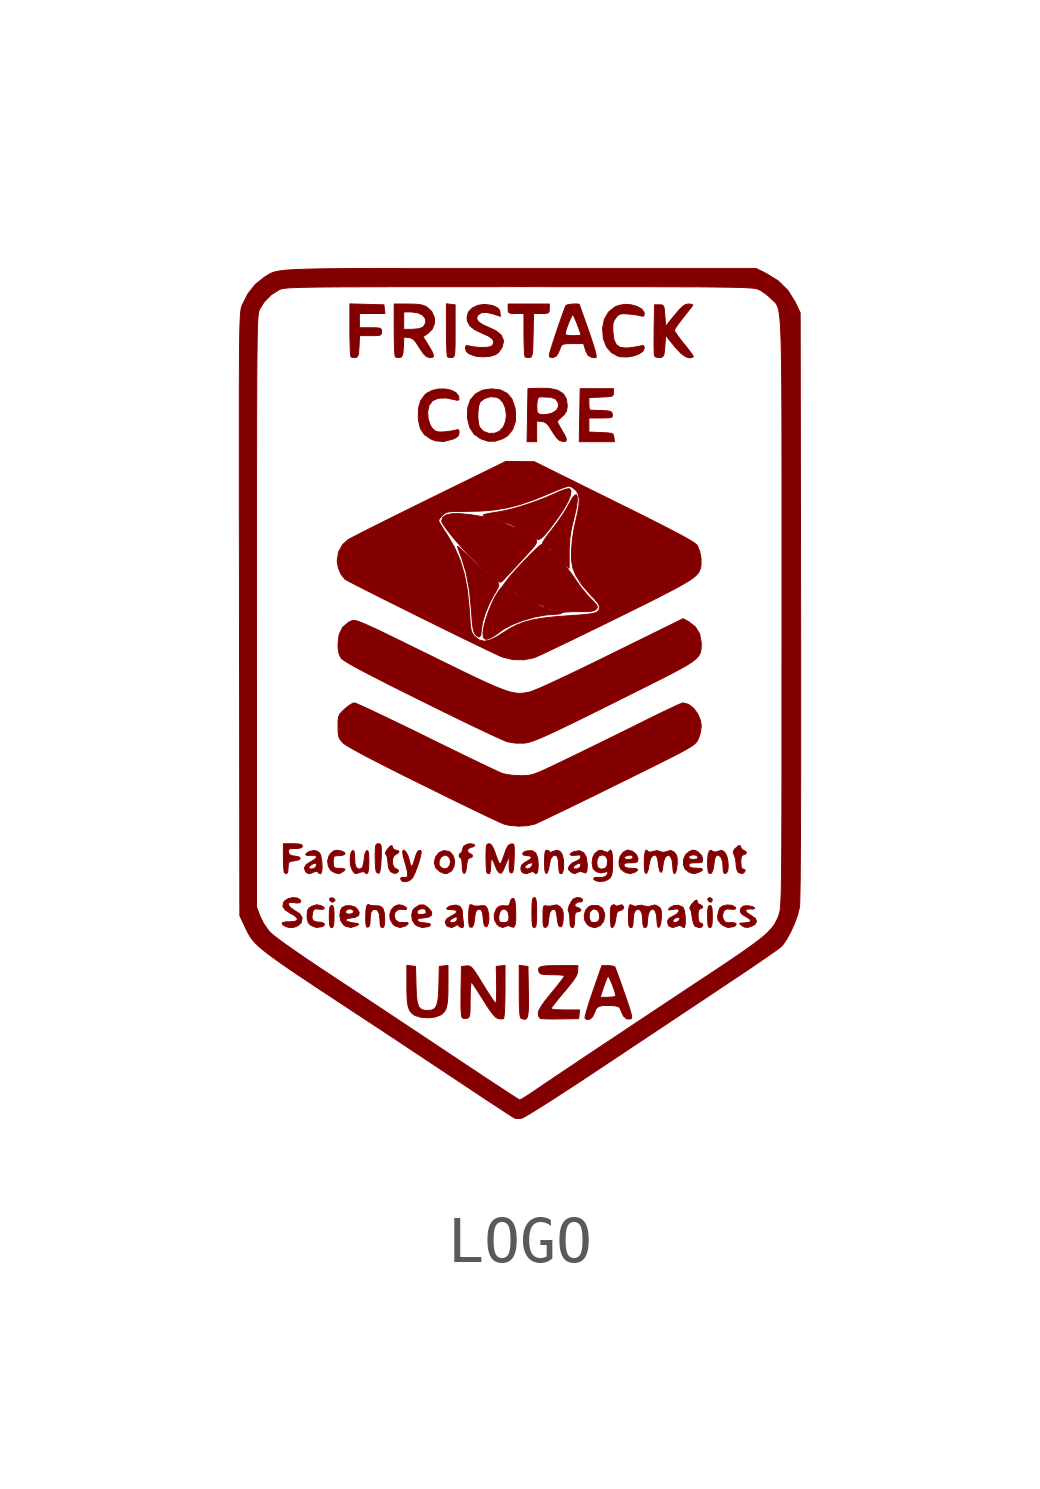
<source format=kicad_sym>
(kicad_symbol_lib
  (version 20220914)
  (generator "bitmap2component")
  (generator_version "8.0")
  (symbol "LOGO"
    (pin_names
      (offset 1.016))
    (property "Reference" "#G"
      (at 0 9.208 0)
      (effects (font (size 1.27 1.27)) hide))
    (symbol "LOGO_0_0"
      (polyline (pts (xy 0.153 -9.583) (xy 0.172 -9.576) (xy 0.247 -9.536) (xy 0.371 -9.462) (xy 0.539 -9.358) (xy 0.745 -9.228) (xy 0.983 -9.075) (xy 1.248 -8.902) (xy 1.536 -8.713) (xy 1.84 -8.511) (xy 2.158 -8.3) (xy 2.524 -8.056) (xy 2.901 -7.805) (xy 3.279 -7.554) (xy 3.645 -7.31) (xy 3.988 -7.082) (xy 4.297 -6.876) (xy 4.56 -6.701) (xy 4.621 -6.66) (xy 4.872 -6.493) (xy 5.107 -6.335) (xy 5.318 -6.191) (xy 5.499 -6.067) (xy 5.643 -5.966) (xy 5.744 -5.894) (xy 5.793 -5.855) (xy 5.831 -5.814) (xy 5.921 -5.686) (xy 6.011 -5.519) (xy 6.094 -5.334) (xy 6.159 -5.151) (xy 6.197 -4.99) (xy 6.201 -4.941) (xy 6.205 -4.819) (xy 6.209 -4.631) (xy 6.213 -4.376) (xy 6.215 -4.056) (xy 6.218 -3.673) (xy 6.22 -3.226) (xy 6.222 -2.717) (xy 6.223 -2.147) (xy 6.224 -1.517) (xy 6.224 -0.828) (xy 6.224 -0.081) (xy 6.223 0.723) (xy 6.222 1.583) (xy 6.212 7.933) (xy 6.106 8.157) (xy 6.102 8.166) (xy 5.945 8.417) (xy 5.737 8.623) (xy 5.475 8.786) (xy 5.25 8.897) (xy 0.121 8.897) (xy -0.444 8.897) (xy -1.094 8.897) (xy -1.681 8.897) (xy -2.208 8.897) (xy -2.68 8.896) (xy -3.099 8.896) (xy -3.469 8.894) (xy -3.793 8.892) (xy -4.074 8.889) (xy -4.317 8.885) (xy -4.523 8.88) (xy -4.697 8.874) (xy -4.843 8.867) (xy -4.963 8.859) (xy -5.06 8.848) (xy -5.139 8.837) (xy -5.202 8.823) (xy -5.254 8.808) (xy -5.296 8.79) (xy -5.333 8.771) (xy -5.369 8.749) (xy -5.406 8.725) (xy -5.447 8.698) (xy -5.638 8.545) (xy -5.799 8.339) (xy -5.919 8.1) (xy -5.926 8.081) (xy -5.934 8.057) (xy -5.941 8.03) (xy -5.947 7.995) (xy -5.953 7.952) (xy -5.959 7.895) (xy -5.963 7.824) (xy -5.967 7.734) (xy -5.971 7.622) (xy -5.974 7.486) (xy -5.977 7.323) (xy -5.979 7.13) (xy -5.981 6.903) (xy -5.982 6.64) (xy -5.983 6.338) (xy -5.984 5.993) (xy -5.984 5.604) (xy -5.984 5.167) (xy -5.984 4.678) (xy -5.984 4.135) (xy -5.983 3.536) (xy -5.982 2.876) (xy -5.981 2.154) (xy -5.98 1.366) (xy -5.972 -4.988) (xy -5.61 -4.988) (xy -5.609 1.438) (xy -5.609 1.925) (xy -5.609 2.666) (xy -5.609 3.344) (xy -5.609 3.959) (xy -5.608 4.517) (xy -5.607 5.02) (xy -5.607 5.471) (xy -5.606 5.872) (xy -5.604 6.227) (xy -5.603 6.539) (xy -5.601 6.811) (xy -5.599 7.045) (xy -5.596 7.244) (xy -5.594 7.413) (xy -5.59 7.553) (xy -5.587 7.667) (xy -5.582 7.759) (xy -5.578 7.831) (xy -5.572 7.887) (xy -5.567 7.929) (xy -5.56 7.96) (xy -5.553 7.984) (xy -5.546 8.003) (xy -5.446 8.165) (xy -5.29 8.323) (xy -5.112 8.437) (xy -5.111 8.437) (xy -5.09 8.445) (xy -5.064 8.453) (xy -5.029 8.46) (xy -4.982 8.466) (xy -4.921 8.472) (xy -4.84 8.477) (xy -4.738 8.481) (xy -4.611 8.485) (xy -4.455 8.488) (xy -4.268 8.491) (xy -4.045 8.493) (xy -3.783 8.495) (xy -3.479 8.496) (xy -3.131 8.497) (xy -2.733 8.498) (xy -2.283 8.499) (xy -1.778 8.499) (xy -1.214 8.499) (xy -0.588 8.499) (xy 0.103 8.5) (xy 0.229 8.5) (xy 0.908 8.499) (xy 1.523 8.499) (xy 2.076 8.499) (xy 2.571 8.499) (xy 3.011 8.498) (xy 3.4 8.497) (xy 3.74 8.496) (xy 4.036 8.495) (xy 4.29 8.493) (xy 4.507 8.49) (xy 4.688 8.488) (xy 4.839 8.484) (xy 4.961 8.481) (xy 5.059 8.476) (xy 5.136 8.471) (xy 5.194 8.466) (xy 5.239 8.459) (xy 5.271 8.452) (xy 5.297 8.444) (xy 5.317 8.436) (xy 5.363 8.411) (xy 5.479 8.331) (xy 5.583 8.238) (xy 5.606 8.215) (xy 5.632 8.192) (xy 5.656 8.17) (xy 5.678 8.147) (xy 5.698 8.12) (xy 5.715 8.086) (xy 5.731 8.042) (xy 5.746 7.986) (xy 5.758 7.913) (xy 5.769 7.822) (xy 5.779 7.709) (xy 5.787 7.571) (xy 5.794 7.406) (xy 5.8 7.211) (xy 5.804 6.981) (xy 5.808 6.716) (xy 5.811 6.411) (xy 5.813 6.064) (xy 5.815 5.671) (xy 5.816 5.23) (xy 5.816 4.738) (xy 5.817 4.192) (xy 5.817 3.589) (xy 5.817 2.926) (xy 5.817 2.2) (xy 5.817 1.408) (xy 5.817 1.068) (xy 5.816 0.317) (xy 5.816 -0.368) (xy 5.816 -0.993) (xy 5.816 -1.558) (xy 5.816 -2.069) (xy 5.815 -2.526) (xy 5.814 -2.934) (xy 5.813 -3.296) (xy 5.812 -3.614) (xy 5.81 -3.892) (xy 5.808 -4.131) (xy 5.806 -4.337) (xy 5.803 -4.511) (xy 5.8 -4.656) (xy 5.796 -4.776) (xy 5.792 -4.873) (xy 5.787 -4.951) (xy 5.782 -5.012) (xy 5.777 -5.06) (xy 5.77 -5.097) (xy 5.763 -5.126) (xy 5.755 -5.152) (xy 5.747 -5.175) (xy 5.729 -5.221) (xy 5.692 -5.301) (xy 5.648 -5.378) (xy 5.59 -5.454) (xy 5.514 -5.535) (xy 5.416 -5.625) (xy 5.289 -5.727) (xy 5.129 -5.845) (xy 4.932 -5.984) (xy 4.691 -6.149) (xy 4.403 -6.342) (xy 4.061 -6.568) (xy 3.709 -6.801) (xy 3.331 -7.051) (xy 2.951 -7.304) (xy 2.574 -7.554) (xy 2.207 -7.799) (xy 1.855 -8.033) (xy 1.524 -8.253) (xy 1.222 -8.456) (xy 0.952 -8.636) (xy 0.722 -8.791) (xy 0.538 -8.916) (xy 0.405 -9.006) (xy 0.339 -9.051) (xy 0.23 -9.121) (xy 0.15 -9.169) (xy 0.112 -9.186) (xy 0.105 -9.182) (xy 0.051 -9.148) (xy -0.054 -9.081) (xy -0.202 -8.984) (xy -0.39 -8.861) (xy -0.611 -8.716) (xy -0.859 -8.551) (xy -1.131 -8.371) (xy -1.419 -8.179) (xy -1.652 -8.024) (xy -2.008 -7.787) (xy -2.38 -7.54) (xy -2.755 -7.291) (xy -3.121 -7.048) (xy -3.466 -6.819) (xy -3.779 -6.612) (xy -4.046 -6.436) (xy -4.254 -6.298) (xy -4.521 -6.118) (xy -4.76 -5.954) (xy -4.965 -5.81) (xy -5.13 -5.69) (xy -5.248 -5.598) (xy -5.315 -5.54) (xy -5.348 -5.502) (xy -5.456 -5.347) (xy -5.536 -5.185) (xy -5.61 -4.988) (xy -5.972 -4.988) (xy -5.971 -5.18) (xy -5.862 -5.411) (xy -5.852 -5.433) (xy -5.816 -5.507) (xy -5.781 -5.575) (xy -5.743 -5.639) (xy -5.698 -5.702) (xy -5.642 -5.766) (xy -5.571 -5.836) (xy -5.482 -5.913) (xy -5.37 -6.002) (xy -5.232 -6.104) (xy -5.064 -6.223) (xy -4.862 -6.363) (xy -4.621 -6.525) (xy -4.339 -6.713) (xy -4.01 -6.93) (xy -3.632 -7.179) (xy -3.201 -7.463) (xy -3.151 -7.495) (xy -2.971 -7.614) (xy -2.748 -7.762) (xy -2.49 -7.932) (xy -2.209 -8.119) (xy -1.914 -8.315) (xy -1.614 -8.514) (xy -1.321 -8.709) (xy -1.125 -8.839) (xy -0.87 -9.008) (xy -0.637 -9.163) (xy -0.43 -9.299) (xy -0.257 -9.412) (xy -0.123 -9.5) (xy -0.034 -9.557) (xy 0.004 -9.579) (xy 0.064 -9.589) (xy 0.153 -9.583)) (stroke (width 0.01) (type default)) (fill (type outline)))
      (polyline (pts (xy -0.239 -7.416) (xy -0.232 -7.4) (xy -0.222 -7.324) (xy -0.214 -7.196) (xy -0.208 -7.027) (xy -0.206 -6.827) (xy -0.206 -6.259) (xy -0.301 -6.27) (xy -0.396 -6.281) (xy -0.388 -6.686) (xy -0.388 -6.841) (xy -0.39 -6.97) (xy -0.397 -7.058) (xy -0.406 -7.09) (xy -0.411 -7.086) (xy -0.448 -7.04) (xy -0.51 -6.949) (xy -0.591 -6.824) (xy -0.684 -6.675) (xy -0.712 -6.629) (xy -0.805 -6.479) (xy -0.873 -6.377) (xy -0.923 -6.313) (xy -0.963 -6.281) (xy -1.001 -6.269) (xy -1.045 -6.271) (xy -1.153 -6.281) (xy -1.163 -6.829) (xy -1.163 -6.897) (xy -1.164 -7.115) (xy -1.159 -7.269) (xy -1.149 -7.363) (xy -1.133 -7.402) (xy -1.102 -7.412) (xy -1.029 -7.409) (xy -1.02 -7.406) (xy -0.995 -7.389) (xy -0.978 -7.352) (xy -0.969 -7.283) (xy -0.965 -7.169) (xy -0.964 -6.998) (xy -0.962 -6.852) (xy -0.956 -6.727) (xy -0.947 -6.646) (xy -0.937 -6.621) (xy -0.935 -6.622) (xy -0.903 -6.664) (xy -0.844 -6.751) (xy -0.766 -6.872) (xy -0.676 -7.015) (xy -0.673 -7.02) (xy -0.562 -7.194) (xy -0.475 -7.314) (xy -0.409 -7.385) (xy -0.357 -7.415) (xy -0.295 -7.424) (xy -0.239 -7.416)) (stroke (width 0.01) (type default)) (fill (type outline)))
      (polyline (pts (xy 0.241 -7.428) (xy 0.273 -7.398) (xy 0.292 -7.331) (xy 0.302 -7.22) (xy 0.305 -7.055) (xy 0.302 -6.829) (xy 0.293 -6.281) (xy 0.198 -6.27) (xy 0.103 -6.259) (xy 0.103 -6.827) (xy 0.104 -7.027) (xy 0.109 -7.2) (xy 0.117 -7.317) (xy 0.129 -7.385) (xy 0.146 -7.411) (xy 0.197 -7.428) (xy 0.241 -7.428)) (stroke (width 0.01) (type default)) (fill (type outline)))
      (polyline (pts (xy 0.998 -7.423) (xy 1.394 -7.417) (xy 1.405 -7.322) (xy 1.416 -7.228) (xy 1.104 -7.228) (xy 1.032 -7.227) (xy 0.909 -7.222) (xy 0.824 -7.212) (xy 0.792 -7.2) (xy 0.792 -7.198) (xy 0.821 -7.155) (xy 0.884 -7.072) (xy 0.974 -6.96) (xy 1.083 -6.831) (xy 1.176 -6.719) (xy 1.273 -6.596) (xy 1.334 -6.505) (xy 1.366 -6.435) (xy 1.375 -6.376) (xy 1.377 -6.264) (xy 0.966 -6.264) (xy 0.833 -6.265) (xy 0.684 -6.27) (xy 0.589 -6.283) (xy 0.538 -6.307) (xy 0.522 -6.344) (xy 0.532 -6.397) (xy 0.552 -6.43) (xy 0.595 -6.45) (xy 0.676 -6.459) (xy 0.811 -6.462) (xy 0.833 -6.462) (xy 0.956 -6.465) (xy 1.048 -6.472) (xy 1.088 -6.48) (xy 1.089 -6.483) (xy 1.065 -6.526) (xy 1.005 -6.608) (xy 0.918 -6.72) (xy 0.811 -6.85) (xy 0.799 -6.864) (xy 0.668 -7.027) (xy 0.581 -7.149) (xy 0.532 -7.237) (xy 0.516 -7.298) (xy 0.528 -7.368) (xy 0.559 -7.412) (xy 0.601 -7.418) (xy 0.7 -7.423) (xy 0.837 -7.424) (xy 0.998 -7.423)) (stroke (width 0.01) (type default)) (fill (type outline)))
      (polyline (pts (xy 1.637 -7.427) (xy 1.698 -7.375) (xy 1.739 -7.289) (xy 1.771 -7.204) (xy 1.828 -7.153) (xy 1.921 -7.131) (xy 2.068 -7.131) (xy 2.102 -7.133) (xy 2.206 -7.141) (xy 2.265 -7.159) (xy 2.298 -7.195) (xy 2.323 -7.26) (xy 2.37 -7.359) (xy 2.442 -7.423) (xy 2.524 -7.424) (xy 2.524 -7.424) (xy 2.542 -7.408) (xy 2.547 -7.373) (xy 2.536 -7.311) (xy 2.508 -7.211) (xy 2.46 -7.065) (xy 2.39 -6.864) (xy 2.345 -6.734) (xy 2.285 -6.567) (xy 2.236 -6.43) (xy 2.2 -6.335) (xy 2.183 -6.294) (xy 2.178 -6.289) (xy 2.122 -6.271) (xy 2.033 -6.264) (xy 1.901 -6.264) (xy 1.708 -6.818) (xy 1.662 -6.952) (xy 1.863 -6.952) (xy 1.934 -6.737) (xy 1.972 -6.63) (xy 2.008 -6.539) (xy 2.031 -6.494) (xy 2.032 -6.493) (xy 2.053 -6.513) (xy 2.087 -6.579) (xy 2.126 -6.673) (xy 2.164 -6.774) (xy 2.192 -6.864) (xy 2.203 -6.925) (xy 2.192 -6.934) (xy 2.13 -6.947) (xy 2.033 -6.952) (xy 1.863 -6.952) (xy 1.662 -6.952) (xy 1.658 -6.962) (xy 1.604 -7.13) (xy 1.563 -7.267) (xy 1.538 -7.362) (xy 1.534 -7.403) (xy 1.574 -7.436) (xy 1.637 -7.427)) (stroke (width 0.01) (type default)) (fill (type outline)))
      (polyline (pts (xy -1.734 -7.383) (xy -1.617 -7.342) (xy -1.567 -7.309) (xy -1.515 -7.252) (xy -1.48 -7.174) (xy -1.459 -7.062) (xy -1.448 -6.904) (xy -1.446 -6.69) (xy -1.446 -6.259) (xy -1.54 -6.27) (xy -1.635 -6.281) (xy -1.644 -6.698) (xy -1.651 -6.874) (xy -1.666 -7.031) (xy -1.694 -7.136) (xy -1.738 -7.2) (xy -1.803 -7.231) (xy -1.893 -7.239) (xy -1.97 -7.234) (xy -2.039 -7.207) (xy -2.086 -7.15) (xy -2.116 -7.052) (xy -2.133 -6.905) (xy -2.141 -6.698) (xy -2.151 -6.281) (xy -2.246 -6.27) (xy -2.34 -6.259) (xy -2.34 -6.69) (xy -2.339 -6.842) (xy -2.332 -7.016) (xy -2.314 -7.141) (xy -2.284 -7.229) (xy -2.239 -7.292) (xy -2.174 -7.341) (xy -2.158 -7.35) (xy -2.035 -7.387) (xy -1.884 -7.398) (xy -1.734 -7.383)) (stroke (width 0.01) (type default)) (fill (type outline)))
      (polyline (pts (xy -4.706 -5.395) (xy -4.638 -5.327) (xy -4.619 -5.237) (xy -4.623 -5.212) (xy -4.668 -5.14) (xy -4.767 -5.074) (xy -4.803 -5.053) (xy -4.88 -4.994) (xy -4.917 -4.94) (xy -4.917 -4.936) (xy -4.914 -4.899) (xy -4.876 -4.888) (xy -4.787 -4.896) (xy -4.74 -4.902) (xy -4.668 -4.898) (xy -4.646 -4.87) (xy -4.663 -4.828) (xy -4.727 -4.794) (xy -4.817 -4.785) (xy -4.911 -4.804) (xy -4.988 -4.85) (xy -5.021 -4.891) (xy -5.036 -4.974) (xy -4.984 -5.054) (xy -4.865 -5.131) (xy -4.804 -5.163) (xy -4.73 -5.224) (xy -4.721 -5.273) (xy -4.777 -5.304) (xy -4.897 -5.312) (xy -4.967 -5.312) (xy -5.042 -5.326) (xy -5.054 -5.356) (xy -4.999 -5.401) (xy -4.917 -5.432) (xy -4.805 -5.433) (xy -4.706 -5.395)) (stroke (width 0.01) (type default)) (fill (type outline)))
      (polyline (pts (xy -4.184 -5.417) (xy -4.146 -5.396) (xy -4.13 -5.36) (xy -4.171 -5.33) (xy -4.258 -5.317) (xy -4.303 -5.315) (xy -4.379 -5.287) (xy -4.406 -5.22) (xy -4.389 -5.104) (xy -4.37 -5.052) (xy -4.331 -5.029) (xy -4.249 -5.036) (xy -4.189 -5.041) (xy -4.136 -5.027) (xy -4.145 -4.995) (xy -4.218 -4.955) (xy -4.304 -4.941) (xy -4.407 -4.974) (xy -4.415 -4.978) (xy -4.476 -5.021) (xy -4.503 -5.079) (xy -4.509 -5.179) (xy -4.506 -5.245) (xy -4.484 -5.329) (xy -4.432 -5.384) (xy -4.43 -5.386) (xy -4.31 -5.435) (xy -4.184 -5.417)) (stroke (width 0.01) (type default)) (fill (type outline)))
      (polyline (pts (xy -3.959 -5.434) (xy -3.938 -5.403) (xy -3.927 -5.328) (xy -3.924 -5.197) (xy -3.924 -5.122) (xy -3.931 -5.021) (xy -3.947 -4.97) (xy -3.975 -4.956) (xy -3.991 -4.96) (xy -4.013 -4.991) (xy -4.024 -5.066) (xy -4.027 -5.197) (xy -4.026 -5.272) (xy -4.019 -5.373) (xy -4.003 -5.424) (xy -3.975 -5.438) (xy -3.959 -5.434)) (stroke (width 0.01) (type default)) (fill (type outline)))
      (polyline (pts (xy -3.431 -5.395) (xy -3.407 -5.381) (xy -3.387 -5.36) (xy -3.418 -5.347) (xy -3.508 -5.335) (xy -3.559 -5.327) (xy -3.646 -5.301) (xy -3.673 -5.27) (xy -3.638 -5.242) (xy -3.539 -5.225) (xy -3.465 -5.214) (xy -3.389 -5.172) (xy -3.376 -5.107) (xy -3.427 -5.022) (xy -3.477 -4.986) (xy -3.576 -4.959) (xy -3.677 -4.965) (xy -3.751 -5.007) (xy -3.781 -5.062) (xy -3.783 -5.074) (xy -3.671 -5.074) (xy -3.626 -5.037) (xy -3.557 -5.031) (xy -3.522 -5.046) (xy -3.493 -5.091) (xy -3.505 -5.116) (xy -3.558 -5.142) (xy -3.624 -5.145) (xy -3.671 -5.12) (xy -3.671 -5.074) (xy -3.783 -5.074) (xy -3.798 -5.175) (xy -3.777 -5.289) (xy -3.72 -5.373) (xy -3.67 -5.408) (xy -3.554 -5.435) (xy -3.431 -5.395)) (stroke (width 0.01) (type default)) (fill (type outline)))
      (polyline (pts (xy -2.846 -5.426) (xy -2.828 -5.373) (xy -2.822 -5.264) (xy -2.83 -5.118) (xy -2.861 -5.019) (xy -2.92 -4.97) (xy -3.012 -4.961) (xy -3.021 -4.962) (xy -3.105 -4.961) (xy -3.152 -4.947) (xy -3.176 -4.931) (xy -3.209 -4.955) (xy -3.229 -5.045) (xy -3.235 -5.202) (xy -3.235 -5.237) (xy -3.23 -5.356) (xy -3.216 -5.417) (xy -3.192 -5.429) (xy -3.19 -5.429) (xy -3.164 -5.415) (xy -3.149 -5.383) (xy -3.141 -5.318) (xy -3.136 -5.201) (xy -3.12 -5.099) (xy -3.076 -5.045) (xy -3.05 -5.038) (xy -2.983 -5.056) (xy -2.94 -5.135) (xy -2.925 -5.27) (xy -2.922 -5.354) (xy -2.907 -5.419) (xy -2.874 -5.438) (xy -2.846 -5.426)) (stroke (width 0.01) (type default)) (fill (type outline)))
      (polyline (pts (xy -2.373 -5.402) (xy -2.353 -5.391) (xy -2.309 -5.35) (xy -2.329 -5.326) (xy -2.409 -5.327) (xy -2.51 -5.323) (xy -2.588 -5.272) (xy -2.616 -5.18) (xy -2.595 -5.098) (xy -2.527 -5.042) (xy -2.427 -5.039) (xy -2.373 -5.046) (xy -2.342 -5.029) (xy -2.362 -4.993) (xy -2.433 -4.954) (xy -2.523 -4.941) (xy -2.613 -4.977) (xy -2.678 -5.052) (xy -2.711 -5.15) (xy -2.704 -5.257) (xy -2.647 -5.356) (xy -2.593 -5.402) (xy -2.489 -5.436) (xy -2.373 -5.402)) (stroke (width 0.01) (type default)) (fill (type outline)))
      (polyline (pts (xy -1.879 -5.417) (xy -1.844 -5.4) (xy -1.825 -5.368) (xy -1.866 -5.344) (xy -1.958 -5.335) (xy -2.062 -5.322) (xy -2.111 -5.285) (xy -2.111 -5.257) (xy -2.068 -5.236) (xy -1.969 -5.225) (xy -1.859 -5.206) (xy -1.8 -5.163) (xy -1.804 -5.096) (xy -1.874 -5.006) (xy -1.969 -4.944) (xy -2.067 -4.947) (xy -2.177 -5.017) (xy -2.211 -5.062) (xy -2.227 -5.127) (xy -2.117 -5.127) (xy -2.111 -5.073) (xy -2.077 -5.042) (xy -2.014 -5.026) (xy -1.954 -5.031) (xy -1.927 -5.059) (xy -1.927 -5.063) (xy -1.919 -5.119) (xy -1.919 -5.119) (xy -1.941 -5.138) (xy -2.001 -5.151) (xy -2.068 -5.152) (xy -2.111 -5.14) (xy -2.117 -5.127) (xy -2.227 -5.127) (xy -2.236 -5.165) (xy -2.22 -5.276) (xy -2.162 -5.368) (xy -2.132 -5.392) (xy -2.012 -5.436) (xy -1.879 -5.417)) (stroke (width 0.01) (type default)) (fill (type outline)))
      (polyline (pts (xy -1.121 -5.433) (xy -1.105 -5.396) (xy -1.114 -5.309) (xy -1.115 -5.301) (xy -1.129 -5.185) (xy -1.135 -5.084) (xy -1.138 -5.053) (xy -1.182 -4.978) (xy -1.269 -4.947) (xy -1.385 -4.964) (xy -1.428 -4.981) (xy -1.475 -5.016) (xy -1.456 -5.041) (xy -1.372 -5.047) (xy -1.294 -5.053) (xy -1.253 -5.082) (xy -1.274 -5.127) (xy -1.358 -5.177) (xy -1.364 -5.18) (xy -1.468 -5.243) (xy -1.5 -5.301) (xy -1.411 -5.301) (xy -1.4 -5.278) (xy -1.351 -5.238) (xy -1.29 -5.209) (xy -1.249 -5.21) (xy -1.243 -5.226) (xy -1.251 -5.282) (xy -1.274 -5.309) (xy -1.33 -5.332) (xy -1.386 -5.331) (xy -1.411 -5.301) (xy -1.5 -5.301) (xy -1.507 -5.313) (xy -1.48 -5.387) (xy -1.446 -5.416) (xy -1.36 -5.435) (xy -1.276 -5.395) (xy -1.238 -5.369) (xy -1.215 -5.395) (xy -1.202 -5.414) (xy -1.146 -5.438) (xy -1.121 -5.433)) (stroke (width 0.01) (type default)) (fill (type outline)))
      (polyline (pts (xy -0.916 -5.426) (xy -0.884 -5.362) (xy -0.867 -5.24) (xy -0.863 -5.186) (xy -0.841 -5.087) (xy -0.801 -5.044) (xy -0.77 -5.036) (xy -0.721 -5.052) (xy -0.692 -5.122) (xy -0.678 -5.251) (xy -0.672 -5.32) (xy -0.652 -5.397) (xy -0.618 -5.421) (xy -0.595 -5.409) (xy -0.568 -5.348) (xy -0.556 -5.252) (xy -0.561 -5.144) (xy -0.584 -5.044) (xy -0.589 -5.032) (xy -0.62 -4.977) (xy -0.668 -4.958) (xy -0.758 -4.966) (xy -0.787 -4.969) (xy -0.871 -4.968) (xy -0.914 -4.952) (xy -0.922 -4.944) (xy -0.966 -4.94) (xy -0.98 -4.974) (xy -0.992 -5.057) (xy -0.997 -5.166) (xy -0.997 -5.277) (xy -0.989 -5.368) (xy -0.974 -5.416) (xy -0.96 -5.428) (xy -0.916 -5.426)) (stroke (width 0.01) (type default)) (fill (type outline)))
      (polyline (pts (xy -0.173 -5.405) (xy -0.145 -5.393) (xy -0.077 -5.411) (xy -0.063 -5.422) (xy -0.016 -5.429) (xy 0.013 -5.379) (xy 0.028 -5.267) (xy 0.027 -5.091) (xy 0.021 -4.962) (xy 0.01 -4.865) (xy -0.008 -4.815) (xy -0.034 -4.801) (xy -0.071 -4.821) (xy -0.096 -4.889) (xy -0.107 -4.939) (xy -0.142 -4.966) (xy -0.221 -4.963) (xy -0.25 -4.96) (xy -0.332 -4.973) (xy -0.392 -5.029) (xy -0.44 -5.145) (xy -0.438 -5.21) (xy -0.344 -5.21) (xy -0.328 -5.121) (xy -0.29 -5.057) (xy -0.253 -5.035) (xy -0.187 -5.04) (xy -0.139 -5.099) (xy -0.12 -5.201) (xy -0.124 -5.261) (xy -0.147 -5.31) (xy -0.208 -5.328) (xy -0.27 -5.328) (xy -0.32 -5.313) (xy -0.334 -5.29) (xy -0.344 -5.21) (xy -0.438 -5.21) (xy -0.436 -5.267) (xy -0.379 -5.369) (xy -0.338 -5.405) (xy -0.258 -5.435) (xy -0.173 -5.405)) (stroke (width 0.01) (type default)) (fill (type outline)))
      (polyline (pts (xy 0.438 -5.437) (xy 0.46 -5.418) (xy 0.473 -5.365) (xy 0.48 -5.267) (xy 0.482 -5.111) (xy 0.482 -5.064) (xy 0.479 -4.924) (xy 0.47 -4.838) (xy 0.455 -4.796) (xy 0.43 -4.784) (xy 0.423 -4.785) (xy 0.401 -4.803) (xy 0.387 -4.856) (xy 0.381 -4.955) (xy 0.379 -5.111) (xy 0.379 -5.158) (xy 0.382 -5.298) (xy 0.39 -5.383) (xy 0.406 -5.426) (xy 0.43 -5.438) (xy 0.438 -5.437)) (stroke (width 0.01) (type default)) (fill (type outline)))
      (polyline (pts (xy 0.703 -5.419) (xy 0.73 -5.363) (xy 0.742 -5.253) (xy 0.743 -5.243) (xy 0.765 -5.116) (xy 0.811 -5.046) (xy 0.878 -5.037) (xy 0.893 -5.056) (xy 0.914 -5.129) (xy 0.929 -5.234) (xy 0.941 -5.324) (xy 0.964 -5.398) (xy 0.998 -5.421) (xy 1.024 -5.41) (xy 1.048 -5.355) (xy 1.06 -5.242) (xy 1.061 -5.134) (xy 1.044 -5.053) (xy 1 -4.993) (xy 0.991 -4.984) (xy 0.924 -4.943) (xy 0.848 -4.955) (xy 0.781 -4.97) (xy 0.692 -4.967) (xy 0.675 -4.963) (xy 0.644 -4.965) (xy 0.628 -4.996) (xy 0.621 -5.068) (xy 0.62 -5.196) (xy 0.621 -5.319) (xy 0.629 -5.396) (xy 0.647 -5.429) (xy 0.677 -5.432) (xy 0.703 -5.419)) (stroke (width 0.01) (type default)) (fill (type outline)))
      (polyline (pts (xy 1.283 -5.427) (xy 1.302 -5.374) (xy 1.308 -5.266) (xy 1.308 -5.226) (xy 1.315 -5.141) (xy 1.335 -5.103) (xy 1.377 -5.094) (xy 1.417 -5.087) (xy 1.446 -5.056) (xy 1.433 -5.031) (xy 1.377 -5) (xy 1.336 -4.986) (xy 1.308 -4.959) (xy 1.32 -4.925) (xy 1.372 -4.883) (xy 1.433 -4.876) (xy 1.459 -4.879) (xy 1.48 -4.839) (xy 1.476 -4.822) (xy 1.432 -4.79) (xy 1.36 -4.785) (xy 1.288 -4.81) (xy 1.271 -4.825) (xy 1.227 -4.888) (xy 1.188 -4.968) (xy 1.167 -5.039) (xy 1.173 -5.078) (xy 1.184 -5.095) (xy 1.199 -5.166) (xy 1.205 -5.268) (xy 1.208 -5.355) (xy 1.224 -5.419) (xy 1.256 -5.438) (xy 1.283 -5.427)) (stroke (width 0.01) (type default)) (fill (type outline)))
      (polyline (pts (xy 1.76 -5.437) (xy 1.863 -5.394) (xy 1.935 -5.304) (xy 1.962 -5.182) (xy 1.958 -5.125) (xy 1.913 -5.018) (xy 1.822 -4.96) (xy 1.687 -4.955) (xy 1.615 -4.982) (xy 1.548 -5.059) (xy 1.516 -5.163) (xy 1.519 -5.195) (xy 1.623 -5.195) (xy 1.639 -5.095) (xy 1.703 -5.037) (xy 1.722 -5.032) (xy 1.792 -5.048) (xy 1.84 -5.113) (xy 1.852 -5.211) (xy 1.846 -5.25) (xy 1.817 -5.307) (xy 1.748 -5.328) (xy 1.724 -5.33) (xy 1.663 -5.315) (xy 1.632 -5.251) (xy 1.623 -5.195) (xy 1.519 -5.195) (xy 1.526 -5.273) (xy 1.583 -5.369) (xy 1.649 -5.414) (xy 1.738 -5.438) (xy 1.76 -5.437)) (stroke (width 0.01) (type default)) (fill (type outline)))
      (polyline (pts (xy 2.156 -5.409) (xy 2.184 -5.341) (xy 2.203 -5.246) (xy 2.205 -5.224) (xy 2.221 -5.13) (xy 2.249 -5.083) (xy 2.297 -5.066) (xy 2.345 -5.049) (xy 2.375 -5.011) (xy 2.372 -4.983) (xy 2.338 -4.941) (xy 2.269 -4.957) (xy 2.231 -4.972) (xy 2.185 -4.955) (xy 2.167 -4.937) (xy 2.119 -4.954) (xy 2.117 -4.956) (xy 2.095 -4.996) (xy 2.085 -5.073) (xy 2.085 -5.198) (xy 2.095 -5.381) (xy 2.102 -5.421) (xy 2.126 -5.439) (xy 2.156 -5.409)) (stroke (width 0.01) (type default)) (fill (type outline)))
      (polyline (pts (xy 2.859 -5.433) (xy 2.884 -5.389) (xy 2.891 -5.29) (xy 2.892 -5.258) (xy 2.909 -5.151) (xy 2.939 -5.076) (xy 2.953 -5.059) (xy 3.007 -5.031) (xy 3.053 -5.063) (xy 3.085 -5.146) (xy 3.098 -5.273) (xy 3.098 -5.288) (xy 3.108 -5.393) (xy 3.129 -5.435) (xy 3.155 -5.418) (xy 3.179 -5.346) (xy 3.194 -5.223) (xy 3.196 -5.173) (xy 3.193 -5.077) (xy 3.173 -5.02) (xy 3.13 -4.979) (xy 3.055 -4.946) (xy 2.973 -4.964) (xy 2.914 -4.983) (xy 2.811 -4.965) (xy 2.764 -4.949) (xy 2.672 -4.963) (xy 2.637 -4.976) (xy 2.568 -4.959) (xy 2.559 -4.952) (xy 2.519 -4.938) (xy 2.495 -4.97) (xy 2.482 -5.056) (xy 2.478 -5.203) (xy 2.479 -5.27) (xy 2.485 -5.372) (xy 2.501 -5.423) (xy 2.53 -5.438) (xy 2.556 -5.428) (xy 2.575 -5.377) (xy 2.581 -5.27) (xy 2.582 -5.254) (xy 2.596 -5.13) (xy 2.633 -5.059) (xy 2.685 -5.035) (xy 2.739 -5.059) (xy 2.775 -5.14) (xy 2.788 -5.27) (xy 2.791 -5.354) (xy 2.807 -5.419) (xy 2.84 -5.438) (xy 2.859 -5.433)) (stroke (width 0.01) (type default)) (fill (type outline)))
      (polyline (pts (xy 3.699 -5.426) (xy 3.713 -5.364) (xy 3.716 -5.27) (xy 3.71 -5.165) (xy 3.695 -5.071) (xy 3.671 -5.01) (xy 3.651 -4.988) (xy 3.565 -4.952) (xy 3.464 -4.958) (xy 3.378 -5.006) (xy 3.368 -5.016) (xy 3.346 -5.047) (xy 3.37 -5.053) (xy 3.45 -5.041) (xy 3.521 -5.031) (xy 3.568 -5.039) (xy 3.579 -5.074) (xy 3.579 -5.081) (xy 3.542 -5.133) (xy 3.462 -5.181) (xy 3.365 -5.234) (xy 3.333 -5.287) (xy 3.442 -5.287) (xy 3.443 -5.277) (xy 3.482 -5.236) (xy 3.544 -5.213) (xy 3.594 -5.223) (xy 3.599 -5.24) (xy 3.575 -5.288) (xy 3.519 -5.328) (xy 3.465 -5.328) (xy 3.442 -5.287) (xy 3.333 -5.287) (xy 3.326 -5.298) (xy 3.344 -5.378) (xy 3.367 -5.409) (xy 3.441 -5.436) (xy 3.545 -5.403) (xy 3.585 -5.388) (xy 3.631 -5.403) (xy 3.638 -5.413) (xy 3.685 -5.438) (xy 3.699 -5.426)) (stroke (width 0.01) (type default)) (fill (type outline)))
      (polyline (pts (xy 4.069 -5.427) (xy 4.096 -5.386) (xy 4.09 -5.362) (xy 4.044 -5.335) (xy 4.022 -5.328) (xy 3.999 -5.282) (xy 3.992 -5.18) (xy 3.994 -5.114) (xy 4.01 -5.045) (xy 4.044 -5.025) (xy 4.055 -5.024) (xy 4.093 -5.002) (xy 4.082 -4.963) (xy 4.027 -4.932) (xy 3.99 -4.915) (xy 3.976 -4.886) (xy 3.979 -4.878) (xy 3.964 -4.839) (xy 3.958 -4.838) (xy 3.915 -4.861) (xy 3.859 -4.923) (xy 3.845 -4.942) (xy 3.813 -5.001) (xy 3.815 -5.025) (xy 3.828 -5.038) (xy 3.848 -5.101) (xy 3.863 -5.201) (xy 3.872 -5.264) (xy 3.897 -5.357) (xy 3.928 -5.407) (xy 3.928 -5.407) (xy 4.005 -5.435) (xy 4.069 -5.427)) (stroke (width 0.01) (type default)) (fill (type outline)))
      (polyline (pts (xy 4.267 -5.434) (xy 4.288 -5.403) (xy 4.299 -5.328) (xy 4.302 -5.197) (xy 4.301 -5.122) (xy 4.295 -5.021) (xy 4.279 -4.97) (xy 4.251 -4.956) (xy 4.234 -4.96) (xy 4.213 -4.991) (xy 4.202 -5.066) (xy 4.199 -5.197) (xy 4.2 -5.272) (xy 4.207 -5.373) (xy 4.223 -5.424) (xy 4.251 -5.438) (xy 4.267 -5.434)) (stroke (width 0.01) (type default)) (fill (type outline)))
      (polyline (pts (xy 4.764 -5.417) (xy 4.806 -5.394) (xy 4.821 -5.358) (xy 4.782 -5.332) (xy 4.699 -5.328) (xy 4.639 -5.332) (xy 4.579 -5.314) (xy 4.54 -5.257) (xy 4.519 -5.18) (xy 4.543 -5.094) (xy 4.565 -5.06) (xy 4.615 -5.031) (xy 4.701 -5.036) (xy 4.759 -5.041) (xy 4.812 -5.028) (xy 4.804 -4.996) (xy 4.732 -4.956) (xy 4.716 -4.951) (xy 4.62 -4.945) (xy 4.525 -4.968) (xy 4.465 -5.014) (xy 4.464 -5.015) (xy 4.445 -5.068) (xy 4.424 -5.153) (xy 4.417 -5.2) (xy 4.428 -5.276) (xy 4.487 -5.351) (xy 4.53 -5.388) (xy 4.641 -5.436) (xy 4.764 -5.417)) (stroke (width 0.01) (type default)) (fill (type outline)))
      (polyline (pts (xy 5.178 -5.398) (xy 5.228 -5.368) (xy 5.263 -5.304) (xy 5.236 -5.236) (xy 5.145 -5.173) (xy 5.135 -5.168) (xy 5.053 -5.113) (xy 5.024 -5.065) (xy 5.049 -5.035) (xy 5.129 -5.032) (xy 5.202 -5.034) (xy 5.221 -5.011) (xy 5.218 -5.005) (xy 5.17 -4.979) (xy 5.085 -4.963) (xy 5.058 -4.961) (xy 4.973 -4.971) (xy 4.926 -5.016) (xy 4.918 -5.033) (xy 4.91 -5.095) (xy 4.952 -5.15) (xy 5.052 -5.211) (xy 5.116 -5.251) (xy 5.141 -5.295) (xy 5.101 -5.324) (xy 4.997 -5.336) (xy 4.979 -5.336) (xy 4.91 -5.34) (xy 4.899 -5.354) (xy 4.937 -5.387) (xy 4.998 -5.425) (xy 5.076 -5.433) (xy 5.178 -5.398)) (stroke (width 0.01) (type default)) (fill (type outline)))
      (polyline (pts (xy -3.906 -4.853) (xy -3.903 -4.831) (xy -3.94 -4.797) (xy -3.976 -4.788) (xy -4.019 -4.802) (xy -4.011 -4.851) (xy -4.007 -4.857) (xy -3.956 -4.886) (xy -3.906 -4.853)) (stroke (width 0.01) (type default)) (fill (type outline)))
      (polyline (pts (xy 4.302 -4.836) (xy 4.296 -4.812) (xy 4.251 -4.784) (xy 4.236 -4.785) (xy 4.2 -4.814) (xy 4.222 -4.864) (xy 4.234 -4.875) (xy 4.281 -4.883) (xy 4.302 -4.836)) (stroke (width 0.01) (type default)) (fill (type outline)))
      (polyline (pts (xy -2.287 -4.417) (xy -2.221 -4.36) (xy -2.208 -4.339) (xy -2.164 -4.247) (xy -2.118 -4.129) (xy -2.076 -4.005) (xy -2.045 -3.892) (xy -2.028 -3.807) (xy -2.033 -3.767) (xy -2.047 -3.76) (xy -2.092 -3.768) (xy -2.132 -3.831) (xy -2.171 -3.956) (xy -2.205 -4.064) (xy -2.234 -4.104) (xy -2.261 -4.077) (xy -2.285 -3.982) (xy -2.314 -3.882) (xy -2.355 -3.801) (xy -2.388 -3.763) (xy -2.421 -3.752) (xy -2.431 -3.798) (xy -2.417 -3.892) (xy -2.378 -4.03) (xy -2.361 -4.084) (xy -2.326 -4.224) (xy -2.321 -4.31) (xy -2.348 -4.349) (xy -2.407 -4.347) (xy -2.446 -4.343) (xy -2.479 -4.368) (xy -2.455 -4.417) (xy -2.445 -4.426) (xy -2.372 -4.441) (xy -2.287 -4.417)) (stroke (width 0.01) (type default)) (fill (type outline)))
      (polyline (pts (xy 1.97 -4.423) (xy 2.065 -4.371) (xy 2.097 -4.33) (xy 2.12 -4.268) (xy 2.131 -4.173) (xy 2.134 -4.027) (xy 2.129 -3.879) (xy 2.113 -3.781) (xy 2.086 -3.75) (xy 2.048 -3.786) (xy 2.027 -3.802) (xy 1.962 -3.786) (xy 1.901 -3.759) (xy 1.83 -3.763) (xy 1.755 -3.82) (xy 1.708 -3.899) (xy 1.687 -4.022) (xy 1.69 -4.041) (xy 1.79 -4.041) (xy 1.797 -3.959) (xy 1.836 -3.88) (xy 1.912 -3.855) (xy 1.918 -3.855) (xy 1.989 -3.887) (xy 2.024 -3.967) (xy 2.016 -4.081) (xy 1.987 -4.139) (xy 1.915 -4.165) (xy 1.857 -4.16) (xy 1.804 -4.125) (xy 1.79 -4.041) (xy 1.69 -4.041) (xy 1.708 -4.147) (xy 1.715 -4.161) (xy 1.781 -4.221) (xy 1.875 -4.248) (xy 1.964 -4.232) (xy 1.969 -4.23) (xy 2.018 -4.215) (xy 2.031 -4.248) (xy 2.031 -4.252) (xy 1.998 -4.312) (xy 1.919 -4.347) (xy 1.815 -4.347) (xy 1.791 -4.343) (xy 1.733 -4.354) (xy 1.72 -4.383) (xy 1.764 -4.417) (xy 1.85 -4.436) (xy 1.97 -4.423)) (stroke (width 0.01) (type default)) (fill (type outline)))
      (polyline (pts (xy -4.931 -4.233) (xy -4.922 -4.132) (xy -4.921 -4.097) (xy -4.912 -4.027) (xy -4.877 -3.997) (xy -4.795 -3.986) (xy -4.782 -3.985) (xy -4.69 -3.963) (xy -4.656 -3.932) (xy -4.683 -3.902) (xy -4.773 -3.883) (xy -4.836 -3.875) (xy -4.894 -3.848) (xy -4.915 -3.795) (xy -4.918 -3.773) (xy -4.909 -3.736) (xy -4.865 -3.72) (xy -4.769 -3.717) (xy -4.7 -3.715) (xy -4.632 -3.699) (xy -4.612 -3.666) (xy -4.612 -3.659) (xy -4.634 -3.632) (xy -4.699 -3.618) (xy -4.818 -3.614) (xy -5.025 -3.614) (xy -5.025 -3.918) (xy -5.024 -3.979) (xy -5.02 -4.108) (xy -5.012 -4.202) (xy -5.002 -4.245) (xy -4.961 -4.268) (xy -4.931 -4.233)) (stroke (width 0.01) (type default)) (fill (type outline)))
      (polyline (pts (xy -4.194 -4.229) (xy -4.183 -4.141) (xy -4.188 -4.015) (xy -4.194 -3.97) (xy -4.212 -3.869) (xy -4.242 -3.811) (xy -4.29 -3.777) (xy -4.356 -3.759) (xy -4.457 -3.78) (xy -4.506 -3.807) (xy -4.541 -3.846) (xy -4.511 -3.869) (xy -4.423 -3.865) (xy -4.418 -3.865) (xy -4.331 -3.865) (xy -4.3 -3.895) (xy -4.326 -3.942) (xy -4.411 -3.995) (xy -4.425 -4.001) (xy -4.528 -4.069) (xy -4.564 -4.131) (xy -4.474 -4.131) (xy -4.463 -4.108) (xy -4.414 -4.067) (xy -4.354 -4.039) (xy -4.312 -4.04) (xy -4.306 -4.055) (xy -4.314 -4.111) (xy -4.337 -4.139) (xy -4.393 -4.162) (xy -4.449 -4.161) (xy -4.474 -4.131) (xy -4.564 -4.131) (xy -4.569 -4.141) (xy -4.545 -4.213) (xy -4.507 -4.251) (xy -4.449 -4.264) (xy -4.364 -4.23) (xy -4.303 -4.21) (xy -4.265 -4.238) (xy -4.254 -4.253) (xy -4.219 -4.27) (xy -4.194 -4.229)) (stroke (width 0.01) (type default)) (fill (type outline)))
      (polyline (pts (xy -3.815 -4.263) (xy -3.764 -4.241) (xy -3.708 -4.203) (xy -3.683 -4.172) (xy -3.685 -4.168) (xy -3.729 -4.153) (xy -3.812 -4.147) (xy -3.854 -4.147) (xy -3.914 -4.137) (xy -3.937 -4.098) (xy -3.941 -4.01) (xy -3.94 -3.965) (xy -3.931 -3.9) (xy -3.894 -3.876) (xy -3.812 -3.872) (xy -3.74 -3.865) (xy -3.688 -3.839) (xy -3.693 -3.805) (xy -3.76 -3.773) (xy -3.854 -3.755) (xy -3.925 -3.767) (xy -3.992 -3.82) (xy -4.035 -3.879) (xy -4.063 -3.988) (xy -4.048 -4.1) (xy -3.994 -4.192) (xy -3.906 -4.244) (xy -3.865 -4.254) (xy -3.827 -4.264) (xy -3.815 -4.263)) (stroke (width 0.01) (type default)) (fill (type outline)))
      (polyline (pts (xy -3.19 -4.247) (xy -3.172 -4.159) (xy -3.166 -4.007) (xy -3.167 -3.948) (xy -3.172 -3.832) (xy -3.186 -3.772) (xy -3.209 -3.76) (xy -3.213 -3.762) (xy -3.244 -3.809) (xy -3.262 -3.892) (xy -3.271 -3.987) (xy -3.292 -4.093) (xy -3.323 -4.149) (xy -3.37 -4.165) (xy -3.398 -4.161) (xy -3.444 -4.125) (xy -3.469 -4.042) (xy -3.476 -3.901) (xy -3.477 -3.849) (xy -3.49 -3.775) (xy -3.519 -3.76) (xy -3.52 -3.76) (xy -3.552 -3.804) (xy -3.57 -3.892) (xy -3.572 -4) (xy -3.559 -4.105) (xy -3.529 -4.185) (xy -3.512 -4.211) (xy -3.475 -4.256) (xy -3.434 -4.261) (xy -3.359 -4.235) (xy -3.3 -4.219) (xy -3.252 -4.235) (xy -3.218 -4.269) (xy -3.19 -4.247)) (stroke (width 0.01) (type default)) (fill (type outline)))
      (polyline (pts (xy -2.943 -4.255) (xy -2.923 -4.202) (xy -2.908 -4.091) (xy -2.898 -3.929) (xy -2.895 -3.788) (xy -2.896 -3.692) (xy -2.906 -3.64) (xy -2.926 -3.618) (xy -2.959 -3.614) (xy -2.977 -3.615) (xy -3.005 -3.628) (xy -3.021 -3.669) (xy -3.027 -3.75) (xy -3.029 -3.886) (xy -3.029 -3.914) (xy -3.025 -4.048) (xy -3.018 -4.155) (xy -3.007 -4.215) (xy -2.99 -4.242) (xy -2.947 -4.258) (xy -2.943 -4.255)) (stroke (width 0.01) (type default)) (fill (type outline)))
      (polyline (pts (xy -2.522 -4.212) (xy -2.529 -4.185) (xy -2.58 -4.155) (xy -2.618 -4.13) (xy -2.65 -4.058) (xy -2.655 -3.969) (xy -2.632 -3.889) (xy -2.581 -3.845) (xy -2.541 -3.827) (xy -2.512 -3.789) (xy -2.525 -3.767) (xy -2.581 -3.752) (xy -2.621 -3.742) (xy -2.65 -3.7) (xy -2.664 -3.654) (xy -2.704 -3.668) (xy -2.768 -3.742) (xy -2.772 -3.746) (xy -2.809 -3.816) (xy -2.794 -3.847) (xy -2.784 -3.854) (xy -2.762 -3.913) (xy -2.753 -4.01) (xy -2.753 -4.012) (xy -2.738 -4.135) (xy -2.698 -4.215) (xy -2.636 -4.253) (xy -2.566 -4.255) (xy -2.522 -4.212)) (stroke (width 0.01) (type default)) (fill (type outline)))
      (polyline (pts (xy -1.462 -4.258) (xy -1.384 -4.214) (xy -1.361 -4.194) (xy -1.312 -4.102) (xy -1.302 -3.987) (xy -1.331 -3.878) (xy -1.397 -3.798) (xy -1.428 -3.781) (xy -1.538 -3.763) (xy -1.64 -3.806) (xy -1.717 -3.904) (xy -1.719 -3.91) (xy -1.744 -4.033) (xy -1.733 -4.066) (xy -1.641 -4.066) (xy -1.638 -3.979) (xy -1.594 -3.901) (xy -1.523 -3.861) (xy -1.469 -3.868) (xy -1.412 -3.92) (xy -1.388 -4.002) (xy -1.409 -4.091) (xy -1.463 -4.148) (xy -1.543 -4.16) (xy -1.619 -4.111) (xy -1.641 -4.066) (xy -1.733 -4.066) (xy -1.708 -4.144) (xy -1.617 -4.223) (xy -1.53 -4.26) (xy -1.462 -4.258)) (stroke (width 0.01) (type default)) (fill (type outline)))
      (polyline (pts (xy -1.056 -4.201) (xy -1.039 -4.084) (xy -1.036 -4.049) (xy -1.016 -3.954) (xy -0.981 -3.924) (xy -0.977 -3.924) (xy -0.921 -3.903) (xy -0.914 -3.863) (xy -0.962 -3.831) (xy -0.994 -3.817) (xy -1.025 -3.77) (xy -1.004 -3.72) (xy -0.938 -3.689) (xy -0.903 -3.682) (xy -0.863 -3.654) (xy -0.882 -3.627) (xy -0.957 -3.614) (xy -1.025 -3.622) (xy -1.107 -3.671) (xy -1.136 -3.758) (xy -1.141 -3.792) (xy -1.17 -3.82) (xy -1.186 -3.826) (xy -1.205 -3.872) (xy -1.201 -3.896) (xy -1.17 -3.924) (xy -1.157 -3.936) (xy -1.142 -3.999) (xy -1.136 -4.098) (xy -1.131 -4.184) (xy -1.111 -4.252) (xy -1.083 -4.258) (xy -1.056 -4.201)) (stroke (width 0.01) (type default)) (fill (type outline)))
      (polyline (pts (xy -0.523 -4.209) (xy -0.516 -4.09) (xy -0.516 -4.052) (xy -0.509 -3.966) (xy -0.49 -3.945) (xy -0.459 -3.991) (xy -0.414 -4.104) (xy -0.384 -4.174) (xy -0.333 -4.246) (xy -0.285 -4.253) (xy -0.245 -4.193) (xy -0.243 -4.187) (xy -0.206 -4.096) (xy -0.163 -3.992) (xy -0.112 -3.872) (xy -0.116 -4.061) (xy -0.116 -4.067) (xy -0.114 -4.178) (xy -0.099 -4.235) (xy -0.069 -4.251) (xy -0.065 -4.25) (xy -0.041 -4.234) (xy -0.025 -4.183) (xy -0.014 -4.085) (xy -0.007 -3.93) (xy -0.006 -3.895) (xy -0.003 -3.758) (xy -0.005 -3.674) (xy -0.017 -3.631) (xy -0.038 -3.618) (xy -0.074 -3.62) (xy -0.091 -3.623) (xy -0.136 -3.654) (xy -0.176 -3.723) (xy -0.22 -3.846) (xy -0.257 -3.952) (xy -0.291 -4.031) (xy -0.314 -4.061) (xy -0.314 -4.061) (xy -0.337 -4.029) (xy -0.372 -3.949) (xy -0.413 -3.837) (xy -0.426 -3.798) (xy -0.471 -3.688) (xy -0.511 -3.63) (xy -0.553 -3.614) (xy -0.576 -3.616) (xy -0.599 -3.634) (xy -0.612 -3.682) (xy -0.618 -3.772) (xy -0.62 -3.918) (xy -0.619 -3.979) (xy -0.615 -4.108) (xy -0.607 -4.202) (xy -0.597 -4.245) (xy -0.584 -4.256) (xy -0.545 -4.263) (xy -0.523 -4.209)) (stroke (width 0.01) (type default)) (fill (type outline)))
      (polyline (pts (xy 0.488 -4.259) (xy 0.509 -4.192) (xy 0.516 -4.067) (xy 0.505 -3.923) (xy 0.463 -3.816) (xy 0.388 -3.765) (xy 0.278 -3.768) (xy 0.217 -3.788) (xy 0.176 -3.825) (xy 0.192 -3.858) (xy 0.267 -3.872) (xy 0.33 -3.878) (xy 0.37 -3.905) (xy 0.348 -3.948) (xy 0.263 -4.001) (xy 0.23 -4.018) (xy 0.159 -4.076) (xy 0.145 -4.119) (xy 0.222 -4.119) (xy 0.251 -4.08) (xy 0.311 -4.043) (xy 0.378 -4.027) (xy 0.398 -4.041) (xy 0.379 -4.096) (xy 0.339 -4.143) (xy 0.276 -4.164) (xy 0.225 -4.132) (xy 0.222 -4.119) (xy 0.145 -4.119) (xy 0.138 -4.145) (xy 0.147 -4.201) (xy 0.181 -4.245) (xy 0.197 -4.251) (xy 0.268 -4.263) (xy 0.344 -4.233) (xy 0.385 -4.218) (xy 0.43 -4.233) (xy 0.456 -4.264) (xy 0.488 -4.259)) (stroke (width 0.01) (type default)) (fill (type outline)))
      (polyline (pts (xy 1.043 -4.245) (xy 1.063 -4.173) (xy 1.07 -4.072) (xy 1.064 -3.964) (xy 1.045 -3.868) (xy 1.013 -3.806) (xy 0.974 -3.772) (xy 0.909 -3.755) (xy 0.824 -3.787) (xy 0.778 -3.805) (xy 0.757 -3.787) (xy 0.751 -3.771) (xy 0.706 -3.752) (xy 0.685 -3.758) (xy 0.666 -3.795) (xy 0.657 -3.876) (xy 0.654 -4.013) (xy 0.654 -4.071) (xy 0.66 -4.188) (xy 0.674 -4.247) (xy 0.697 -4.259) (xy 0.712 -4.245) (xy 0.739 -4.179) (xy 0.757 -4.079) (xy 0.758 -4.072) (xy 0.786 -3.944) (xy 0.836 -3.876) (xy 0.867 -3.861) (xy 0.92 -3.877) (xy 0.952 -3.958) (xy 0.963 -4.104) (xy 0.966 -4.182) (xy 0.982 -4.248) (xy 1.015 -4.268) (xy 1.043 -4.245)) (stroke (width 0.01) (type default)) (fill (type outline)))
      (polyline (pts (xy 1.381 -4.231) (xy 1.431 -4.213) (xy 1.494 -4.231) (xy 1.5 -4.236) (xy 1.548 -4.25) (xy 1.575 -4.203) (xy 1.583 -4.092) (xy 1.583 -4.063) (xy 1.56 -3.906) (xy 1.503 -3.806) (xy 1.414 -3.765) (xy 1.295 -3.784) (xy 1.237 -3.812) (xy 1.207 -3.848) (xy 1.238 -3.868) (xy 1.329 -3.865) (xy 1.405 -3.856) (xy 1.44 -3.868) (xy 1.44 -3.909) (xy 1.421 -3.948) (xy 1.359 -3.987) (xy 1.354 -3.988) (xy 1.269 -4.026) (xy 1.199 -4.087) (xy 1.179 -4.131) (xy 1.274 -4.131) (xy 1.284 -4.108) (xy 1.333 -4.067) (xy 1.394 -4.039) (xy 1.436 -4.04) (xy 1.442 -4.055) (xy 1.434 -4.111) (xy 1.411 -4.139) (xy 1.355 -4.162) (xy 1.299 -4.161) (xy 1.274 -4.131) (xy 1.179 -4.131) (xy 1.17 -4.151) (xy 1.181 -4.182) (xy 1.23 -4.231) (xy 1.283 -4.259) (xy 1.322 -4.26) (xy 1.381 -4.231)) (stroke (width 0.01) (type default)) (fill (type outline)))
      (polyline (pts (xy 2.618 -4.232) (xy 2.651 -4.213) (xy 2.681 -4.176) (xy 2.643 -4.155) (xy 2.539 -4.147) (xy 2.476 -4.145) (xy 2.408 -4.128) (xy 2.382 -4.087) (xy 2.381 -4.084) (xy 2.387 -4.048) (xy 2.43 -4.031) (xy 2.527 -4.027) (xy 2.571 -4.027) (xy 2.646 -4.019) (xy 2.678 -3.994) (xy 2.685 -3.943) (xy 2.684 -3.93) (xy 2.646 -3.845) (xy 2.567 -3.779) (xy 2.47 -3.752) (xy 2.442 -3.755) (xy 2.359 -3.803) (xy 2.296 -3.892) (xy 2.29 -3.919) (xy 2.382 -3.919) (xy 2.409 -3.885) (xy 2.489 -3.861) (xy 2.558 -3.865) (xy 2.581 -3.904) (xy 2.557 -3.944) (xy 2.475 -3.958) (xy 2.411 -3.949) (xy 2.382 -3.919) (xy 2.29 -3.919) (xy 2.272 -4.001) (xy 2.279 -4.09) (xy 2.314 -4.168) (xy 2.392 -4.227) (xy 2.418 -4.241) (xy 2.517 -4.265) (xy 2.618 -4.232)) (stroke (width 0.01) (type default)) (fill (type outline)))
      (polyline (pts (xy 3.499 -4.249) (xy 3.523 -4.179) (xy 3.538 -4.057) (xy 3.539 -4.042) (xy 3.538 -3.928) (xy 3.52 -3.857) (xy 3.478 -3.804) (xy 3.456 -3.786) (xy 3.395 -3.759) (xy 3.319 -3.781) (xy 3.244 -3.803) (xy 3.16 -3.783) (xy 3.104 -3.763) (xy 3.008 -3.781) (xy 2.954 -3.799) (xy 2.908 -3.785) (xy 2.874 -3.75) (xy 2.846 -3.772) (xy 2.828 -3.861) (xy 2.822 -4.013) (xy 2.823 -4.071) (xy 2.828 -4.188) (xy 2.842 -4.247) (xy 2.865 -4.259) (xy 2.88 -4.245) (xy 2.907 -4.179) (xy 2.925 -4.079) (xy 2.928 -4.059) (xy 2.956 -3.941) (xy 3.001 -3.877) (xy 3.042 -3.858) (xy 3.084 -3.871) (xy 3.112 -3.937) (xy 3.131 -4.064) (xy 3.14 -4.128) (xy 3.163 -4.214) (xy 3.19 -4.237) (xy 3.213 -4.197) (xy 3.228 -4.09) (xy 3.242 -3.992) (xy 3.282 -3.897) (xy 3.334 -3.861) (xy 3.386 -3.884) (xy 3.426 -3.964) (xy 3.442 -4.103) (xy 3.442 -4.112) (xy 3.451 -4.219) (xy 3.473 -4.264) (xy 3.499 -4.249)) (stroke (width 0.01) (type default)) (fill (type outline)))
      (polyline (pts (xy 4.007 -4.234) (xy 4.068 -4.205) (xy 4.092 -4.173) (xy 4.052 -4.151) (xy 3.95 -4.144) (xy 3.884 -4.143) (xy 3.818 -4.127) (xy 3.793 -4.087) (xy 3.792 -4.082) (xy 3.799 -4.047) (xy 3.843 -4.031) (xy 3.941 -4.027) (xy 4.005 -4.026) (xy 4.069 -4.018) (xy 4.091 -3.99) (xy 4.089 -3.933) (xy 4.066 -3.865) (xy 3.984 -3.787) (xy 3.933 -3.761) (xy 3.871 -3.753) (xy 3.797 -3.786) (xy 3.721 -3.854) (xy 3.698 -3.906) (xy 3.786 -3.906) (xy 3.807 -3.87) (xy 3.889 -3.855) (xy 3.962 -3.865) (xy 3.992 -3.906) (xy 3.971 -3.943) (xy 3.889 -3.958) (xy 3.817 -3.947) (xy 3.786 -3.906) (xy 3.698 -3.906) (xy 3.676 -3.958) (xy 3.673 -4.069) (xy 3.712 -4.167) (xy 3.794 -4.232) (xy 3.795 -4.232) (xy 3.872 -4.26) (xy 3.929 -4.26) (xy 4.007 -4.234)) (stroke (width 0.01) (type default)) (fill (type outline)))
      (polyline (pts (xy 4.61 -4.252) (xy 4.637 -4.203) (xy 4.648 -4.111) (xy 4.641 -3.999) (xy 4.619 -3.893) (xy 4.582 -3.817) (xy 4.55 -3.781) (xy 4.499 -3.756) (xy 4.431 -3.776) (xy 4.368 -3.796) (xy 4.309 -3.779) (xy 4.274 -3.756) (xy 4.233 -3.778) (xy 4.208 -3.862) (xy 4.199 -4.006) (xy 4.202 -4.109) (xy 4.21 -4.201) (xy 4.223 -4.245) (xy 4.238 -4.258) (xy 4.282 -4.255) (xy 4.315 -4.187) (xy 4.337 -4.059) (xy 4.351 -3.955) (xy 4.375 -3.887) (xy 4.414 -3.861) (xy 4.44 -3.862) (xy 4.491 -3.907) (xy 4.526 -4) (xy 4.536 -4.127) (xy 4.539 -4.206) (xy 4.562 -4.26) (xy 4.61 -4.252)) (stroke (width 0.01) (type default)) (fill (type outline)))
      (polyline (pts (xy 4.966 -4.256) (xy 5.008 -4.223) (xy 5.014 -4.184) (xy 4.976 -4.165) (xy 4.95 -4.157) (xy 4.928 -4.11) (xy 4.922 -4.01) (xy 4.923 -3.953) (xy 4.938 -3.877) (xy 4.971 -3.855) (xy 4.977 -3.855) (xy 5.033 -3.834) (xy 5.04 -3.794) (xy 4.994 -3.762) (xy 4.951 -3.741) (xy 4.922 -3.696) (xy 4.91 -3.656) (xy 4.868 -3.659) (xy 4.8 -3.719) (xy 4.782 -3.739) (xy 4.755 -3.796) (xy 4.777 -3.856) (xy 4.781 -3.864) (xy 4.808 -3.949) (xy 4.819 -4.054) (xy 4.819 -4.073) (xy 4.833 -4.167) (xy 4.861 -4.228) (xy 4.887 -4.247) (xy 4.953 -4.26) (xy 4.966 -4.256)) (stroke (width 0.01) (type default)) (fill (type outline)))
      (polyline (pts (xy 0.275 -3.222) (xy 0.434 -3.188) (xy 0.454 -3.18) (xy 0.538 -3.142) (xy 0.674 -3.078) (xy 0.856 -2.991) (xy 1.078 -2.884) (xy 1.334 -2.76) (xy 1.618 -2.621) (xy 1.923 -2.472) (xy 2.243 -2.314) (xy 2.427 -2.223) (xy 2.763 -2.057) (xy 3.045 -1.918) (xy 3.277 -1.801) (xy 3.466 -1.706) (xy 3.615 -1.628) (xy 3.73 -1.565) (xy 3.817 -1.514) (xy 3.879 -1.473) (xy 3.922 -1.439) (xy 3.952 -1.408) (xy 3.973 -1.379) (xy 3.99 -1.348) (xy 4 -1.327) (xy 4.044 -1.192) (xy 4.061 -1.058) (xy 4.044 -0.933) (xy 3.984 -0.789) (xy 3.893 -0.667) (xy 3.782 -0.582) (xy 3.664 -0.551) (xy 3.66 -0.551) (xy 3.606 -0.572) (xy 3.501 -0.619) (xy 3.352 -0.689) (xy 3.168 -0.777) (xy 2.957 -0.879) (xy 2.728 -0.993) (xy 2.553 -1.08) (xy 2.256 -1.227) (xy 1.944 -1.381) (xy 1.638 -1.531) (xy 1.356 -1.668) (xy 1.116 -1.784) (xy 1.031 -1.825) (xy 0.819 -1.927) (xy 0.656 -2.003) (xy 0.531 -2.058) (xy 0.435 -2.095) (xy 0.356 -2.117) (xy 0.286 -2.129) (xy 0.214 -2.133) (xy 0.131 -2.134) (xy 0.13 -2.134) (xy -0.019 -2.127) (xy -0.161 -2.11) (xy -0.264 -2.086) (xy -0.266 -2.086) (xy -0.326 -2.06) (xy -0.441 -2.006) (xy -0.604 -1.929) (xy -0.809 -1.831) (xy -1.048 -1.716) (xy -1.316 -1.585) (xy -1.605 -1.444) (xy -1.909 -1.294) (xy -1.938 -1.28) (xy -2.237 -1.133) (xy -2.519 -0.997) (xy -2.777 -0.873) (xy -3.004 -0.765) (xy -3.194 -0.675) (xy -3.342 -0.608) (xy -3.44 -0.566) (xy -3.483 -0.551) (xy -3.522 -0.562) (xy -3.602 -0.612) (xy -3.693 -0.686) (xy -3.737 -0.728) (xy -3.795 -0.791) (xy -3.825 -0.852) (xy -3.836 -0.934) (xy -3.837 -1.062) (xy -3.837 -1.074) (xy -3.834 -1.202) (xy -3.821 -1.285) (xy -3.789 -1.349) (xy -3.734 -1.414) (xy -3.692 -1.449) (xy -3.602 -1.506) (xy -3.466 -1.583) (xy -3.281 -1.683) (xy -3.045 -1.807) (xy -2.753 -1.956) (xy -2.405 -2.131) (xy -1.996 -2.334) (xy -1.873 -2.394) (xy -1.562 -2.548) (xy -1.268 -2.692) (xy -0.998 -2.823) (xy -0.758 -2.939) (xy -0.554 -3.036) (xy -0.393 -3.112) (xy -0.281 -3.163) (xy -0.224 -3.187) (xy -0.107 -3.214) (xy 0.084 -3.231) (xy 0.275 -3.222)) (stroke (width 0.01) (type default)) (fill (type outline)))
      (polyline (pts (xy 0.211 -1.426) (xy 0.261 -1.418) (xy 0.319 -1.405) (xy 0.389 -1.383) (xy 0.476 -1.351) (xy 0.583 -1.307) (xy 0.716 -1.248) (xy 0.879 -1.173) (xy 1.076 -1.079) (xy 1.312 -0.965) (xy 1.591 -0.827) (xy 1.919 -0.665) (xy 2.299 -0.476) (xy 2.735 -0.258) (xy 2.827 -0.212) (xy 3.132 -0.059) (xy 3.382 0.068) (xy 3.582 0.174) (xy 3.739 0.262) (xy 3.857 0.338) (xy 3.942 0.404) (xy 3.999 0.465) (xy 4.035 0.525) (xy 4.053 0.588) (xy 4.06 0.658) (xy 4.061 0.74) (xy 4.061 0.758) (xy 4.026 0.947) (xy 3.933 1.102) (xy 3.785 1.216) (xy 3.666 1.28) (xy 2.082 0.5) (xy 1.902 0.411) (xy 1.544 0.237) (xy 1.224 0.083) (xy 0.944 -0.049) (xy 0.711 -0.157) (xy 0.526 -0.239) (xy 0.395 -0.292) (xy 0.321 -0.317) (xy 0.262 -0.328) (xy 0.184 -0.34) (xy 0.108 -0.344) (xy 0.027 -0.338) (xy -0.064 -0.321) (xy -0.17 -0.291) (xy -0.298 -0.244) (xy -0.454 -0.18) (xy -0.642 -0.096) (xy -0.87 0.01) (xy -1.141 0.141) (xy -1.463 0.298) (xy -1.841 0.484) (xy -1.983 0.553) (xy -2.317 0.717) (xy -2.596 0.854) (xy -2.826 0.966) (xy -3.012 1.055) (xy -3.16 1.123) (xy -3.274 1.174) (xy -3.361 1.208) (xy -3.425 1.23) (xy -3.471 1.24) (xy -3.505 1.241) (xy -3.533 1.235) (xy -3.559 1.225) (xy -3.611 1.2) (xy -3.736 1.092) (xy -3.812 0.936) (xy -3.837 0.734) (xy -3.834 0.629) (xy -3.813 0.512) (xy -3.768 0.424) (xy -3.74 0.397) (xy -3.677 0.353) (xy -3.578 0.293) (xy -3.438 0.215) (xy -3.256 0.118) (xy -3.025 -0.001) (xy -2.744 -0.145) (xy -2.407 -0.314) (xy -2.013 -0.51) (xy -1.849 -0.591) (xy -1.533 -0.747) (xy -1.234 -0.893) (xy -0.959 -1.026) (xy -0.713 -1.143) (xy -0.503 -1.242) (xy -0.336 -1.319) (xy -0.218 -1.371) (xy -0.155 -1.396) (xy 0.021 -1.426) (xy 0.206 -1.426) (xy 0.211 -1.426)) (stroke (width 0.01) (type default)) (fill (type outline)))
      (polyline (pts (xy 0.421 0.429) (xy 0.437 0.435) (xy 0.517 0.47) (xy 0.651 0.532) (xy 0.831 0.617) (xy 1.051 0.723) (xy 1.305 0.845) (xy 1.586 0.982) (xy 1.889 1.129) (xy 2.205 1.285) (xy 2.348 1.355) (xy 2.705 1.532) (xy 3.007 1.682) (xy 3.258 1.81) (xy 3.464 1.917) (xy 3.629 2.007) (xy 3.758 2.082) (xy 3.856 2.146) (xy 3.927 2.201) (xy 3.978 2.251) (xy 4.011 2.299) (xy 4.033 2.346) (xy 4.048 2.397) (xy 4.057 2.446) (xy 4.056 2.595) (xy 4.026 2.75) (xy 3.973 2.873) (xy 3.957 2.891) (xy 3.913 2.926) (xy 3.839 2.974) (xy 3.733 3.036) (xy 3.59 3.114) (xy 3.405 3.211) (xy 3.175 3.329) (xy 2.895 3.471) (xy 2.561 3.638) (xy 2.169 3.832) (xy 0.43 4.693) (xy 0.119 4.696) (xy -0.193 4.698) (xy -1.841 3.889) (xy -1.971 3.825) (xy -2.284 3.671) (xy -2.578 3.525) (xy -2.798 3.416) (xy -1.652 3.416) (xy -1.652 3.419) (xy -1.624 3.465) (xy -1.567 3.529) (xy -1.564 3.533) (xy -1.527 3.566) (xy -1.486 3.588) (xy -1.428 3.603) (xy -1.339 3.61) (xy -1.208 3.613) (xy -1.021 3.614) (xy -0.757 3.619) (xy -0.451 3.643) (xy -0.163 3.69) (xy 0.126 3.765) (xy 0.434 3.871) (xy 0.779 4.013) (xy 0.898 4.063) (xy 1.031 4.116) (xy 1.132 4.151) (xy 1.185 4.165) (xy 1.189 4.164) (xy 1.253 4.138) (xy 1.327 4.08) (xy 1.349 4.055) (xy 1.39 3.983) (xy 1.408 3.889) (xy 1.403 3.762) (xy 1.375 3.591) (xy 1.325 3.366) (xy 1.298 3.247) (xy 1.258 2.993) (xy 1.239 2.752) (xy 1.242 2.543) (xy 1.27 2.381) (xy 1.324 2.243) (xy 1.464 2.017) (xy 1.67 1.782) (xy 1.758 1.69) (xy 1.821 1.612) (xy 1.847 1.553) (xy 1.846 1.502) (xy 1.833 1.465) (xy 1.807 1.433) (xy 1.76 1.408) (xy 1.682 1.389) (xy 1.565 1.374) (xy 1.397 1.359) (xy 1.17 1.343) (xy 0.876 1.321) (xy 0.615 1.292) (xy 0.4 1.255) (xy 0.216 1.207) (xy 0.052 1.144) (xy -0.105 1.063) (xy -0.268 0.96) (xy -0.385 0.886) (xy -0.535 0.813) (xy -0.658 0.79) (xy -0.762 0.815) (xy -0.858 0.887) (xy -0.886 0.916) (xy -0.918 0.961) (xy -0.94 1.017) (xy -0.955 1.099) (xy -0.966 1.222) (xy -0.977 1.399) (xy -0.984 1.5) (xy -1.025 1.897) (xy -1.09 2.243) (xy -1.183 2.552) (xy -1.307 2.834) (xy -1.465 3.104) (xy -1.516 3.182) (xy -1.586 3.294) (xy -1.634 3.376) (xy -1.652 3.416) (xy -2.798 3.416) (xy -2.848 3.391) (xy -3.088 3.271) (xy -3.291 3.168) (xy -3.45 3.086) (xy -3.561 3.029) (xy -3.616 2.998) (xy -3.734 2.893) (xy -3.824 2.733) (xy -3.855 2.544) (xy -3.855 2.536) (xy -3.83 2.386) (xy -3.77 2.244) (xy -3.686 2.14) (xy -3.681 2.137) (xy -3.624 2.104) (xy -3.514 2.046) (xy -3.358 1.966) (xy -3.162 1.867) (xy -2.935 1.752) (xy -2.682 1.626) (xy -2.411 1.491) (xy -2.13 1.351) (xy -1.844 1.21) (xy -1.561 1.07) (xy -1.288 0.936) (xy -1.033 0.812) (xy -0.801 0.7) (xy -0.601 0.603) (xy -0.439 0.526) (xy -0.323 0.472) (xy -0.258 0.445) (xy -0.035 0.391) (xy 0.202 0.386) (xy 0.421 0.429)) (stroke (width 0.01) (type default)) (fill (type outline)))
      (polyline (pts (xy -1.343 5.184) (xy -1.274 5.215) (xy -1.219 5.262) (xy -1.205 5.325) (xy -1.205 5.346) (xy -1.22 5.391) (xy -1.265 5.385) (xy -1.301 5.375) (xy -1.397 5.357) (xy -1.514 5.344) (xy -1.579 5.339) (xy -1.669 5.342) (xy -1.729 5.365) (xy -1.785 5.415) (xy -1.834 5.489) (xy -1.878 5.628) (xy -1.888 5.78) (xy -1.86 5.916) (xy -1.859 5.918) (xy -1.782 6.02) (xy -1.657 6.074) (xy -1.488 6.08) (xy -1.279 6.037) (xy -1.248 6.029) (xy -1.21 6.037) (xy -1.21 6.095) (xy -1.216 6.119) (xy -1.273 6.194) (xy -1.376 6.247) (xy -1.507 6.274) (xy -1.65 6.274) (xy -1.788 6.244) (xy -1.906 6.183) (xy -1.941 6.154) (xy -2.038 6.025) (xy -2.088 5.856) (xy -2.092 5.64) (xy -2.087 5.586) (xy -2.044 5.412) (xy -1.958 5.284) (xy -1.822 5.189) (xy -1.718 5.148) (xy -1.539 5.133) (xy -1.343 5.184)) (stroke (width 0.01) (type default)) (fill (type outline)))
      (polyline (pts (xy -0.421 5.14) (xy -0.248 5.197) (xy -0.146 5.261) (xy -0.04 5.393) (xy 0.019 5.564) (xy 0.024 5.767) (xy 0.008 5.875) (xy -0.055 6.054) (xy -0.158 6.179) (xy -0.306 6.253) (xy -0.499 6.277) (xy -0.694 6.249) (xy -0.848 6.167) (xy -0.957 6.038) (xy -1.017 5.866) (xy -1.022 5.657) (xy -1.019 5.633) (xy -0.795 5.633) (xy -0.795 5.772) (xy -0.781 5.898) (xy -0.752 5.984) (xy -0.743 5.997) (xy -0.651 6.069) (xy -0.526 6.106) (xy -0.396 6.098) (xy -0.331 6.069) (xy -0.247 5.98) (xy -0.196 5.856) (xy -0.176 5.715) (xy -0.191 5.572) (xy -0.241 5.447) (xy -0.328 5.354) (xy -0.431 5.312) (xy -0.56 5.31) (xy -0.677 5.354) (xy -0.758 5.44) (xy -0.781 5.51) (xy -0.795 5.633) (xy -1.019 5.633) (xy -1.018 5.62) (xy -0.969 5.433) (xy -0.879 5.295) (xy -0.741 5.197) (xy -0.74 5.196) (xy -0.577 5.139) (xy -0.421 5.14)) (stroke (width 0.01) (type default)) (fill (type outline)))
      (polyline (pts (xy 0.482 5.354) (xy 0.482 5.58) (xy 0.59 5.569) (xy 0.636 5.561) (xy 0.693 5.53) (xy 0.751 5.465) (xy 0.823 5.352) (xy 0.847 5.313) (xy 0.919 5.211) (xy 0.98 5.155) (xy 1.042 5.135) (xy 1.062 5.133) (xy 1.117 5.14) (xy 1.13 5.177) (xy 1.102 5.253) (xy 1.033 5.374) (xy 0.989 5.447) (xy 0.946 5.526) (xy 0.929 5.565) (xy 0.932 5.572) (xy 0.969 5.616) (xy 1.037 5.678) (xy 1.078 5.715) (xy 1.132 5.797) (xy 1.148 5.906) (xy 1.148 5.91) (xy 1.128 6.061) (xy 1.058 6.173) (xy 0.936 6.248) (xy 0.759 6.287) (xy 0.524 6.291) (xy 0.293 6.281) (xy 0.286 5.854) (xy 0.486 5.854) (xy 0.488 5.958) (xy 0.489 5.973) (xy 0.502 6.059) (xy 0.527 6.097) (xy 0.577 6.104) (xy 0.577 6.104) (xy 0.666 6.1) (xy 0.773 6.096) (xy 0.804 6.093) (xy 0.899 6.053) (xy 0.951 5.98) (xy 0.957 5.893) (xy 0.915 5.811) (xy 0.821 5.751) (xy 0.755 5.732) (xy 0.636 5.715) (xy 0.543 5.725) (xy 0.496 5.761) (xy 0.492 5.776) (xy 0.486 5.854) (xy 0.286 5.854) (xy 0.283 5.705) (xy 0.274 5.128) (xy 0.378 5.128) (xy 0.482 5.128) (xy 0.482 5.354)) (stroke (width 0.01) (type default)) (fill (type outline)))
      (polyline (pts (xy 2.162 5.223) (xy 2.156 5.26) (xy 2.14 5.293) (xy 2.099 5.312) (xy 2.018 5.321) (xy 1.884 5.327) (xy 1.618 5.338) (xy 1.618 5.491) (xy 1.618 5.644) (xy 1.878 5.644) (xy 1.962 5.645) (xy 2.061 5.648) (xy 2.112 5.66) (xy 2.129 5.683) (xy 2.128 5.722) (xy 2.116 5.763) (xy 2.083 5.788) (xy 2.014 5.8) (xy 1.893 5.806) (xy 1.782 5.809) (xy 1.689 5.813) (xy 1.643 5.815) (xy 1.638 5.818) (xy 1.623 5.867) (xy 1.618 5.953) (xy 1.618 6.089) (xy 1.884 6.099) (xy 1.982 6.103) (xy 2.077 6.111) (xy 2.128 6.125) (xy 2.148 6.152) (xy 2.151 6.195) (xy 2.151 6.281) (xy 1.79 6.281) (xy 1.428 6.281) (xy 1.419 5.705) (xy 1.409 5.128) (xy 1.791 5.128) (xy 2.173 5.128) (xy 2.162 5.223)) (stroke (width 0.01) (type default)) (fill (type outline)))
      (polyline (pts (xy -3.425 6.971) (xy -3.401 7.005) (xy -3.388 7.077) (xy -3.38 7.202) (xy -3.37 7.434) (xy -3.13 7.434) (xy -3.069 7.434) (xy -2.968 7.438) (xy -2.915 7.449) (xy -2.895 7.475) (xy -2.891 7.52) (xy -2.892 7.543) (xy -2.901 7.579) (xy -2.934 7.598) (xy -3.006 7.605) (xy -3.132 7.606) (xy -3.373 7.606) (xy -3.373 7.761) (xy -3.373 7.916) (xy -3.095 7.916) (xy -2.818 7.916) (xy -2.829 8.011) (xy -2.839 8.105) (xy -3.209 8.115) (xy -3.579 8.125) (xy -3.579 7.561) (xy -3.579 7.43) (xy -3.575 7.255) (xy -3.57 7.113) (xy -3.563 7.015) (xy -3.555 6.974) (xy -3.529 6.962) (xy -3.46 6.959) (xy -3.425 6.971)) (stroke (width 0.01) (type default)) (fill (type outline)))
      (polyline (pts (xy -1.769 6.969) (xy -1.763 7.013) (xy -1.797 7.096) (xy -1.873 7.225) (xy -1.989 7.411) (xy -1.883 7.483) (xy -1.792 7.572) (xy -1.74 7.697) (xy -1.743 7.831) (xy -1.799 7.957) (xy -1.907 8.058) (xy -1.946 8.078) (xy -2.031 8.105) (xy -2.147 8.118) (xy -2.314 8.122) (xy -2.616 8.123) (xy -2.616 7.761) (xy -2.409 7.761) (xy -2.409 7.95) (xy -2.237 7.95) (xy -2.235 7.95) (xy -2.096 7.93) (xy -1.993 7.877) (xy -1.935 7.802) (xy -1.928 7.715) (xy -1.981 7.626) (xy -1.984 7.623) (xy -2.072 7.585) (xy -2.222 7.572) (xy -2.409 7.572) (xy -2.409 7.761) (xy -2.616 7.761) (xy -2.616 7.56) (xy -2.615 7.43) (xy -2.612 7.255) (xy -2.607 7.113) (xy -2.599 7.015) (xy -2.591 6.974) (xy -2.565 6.962) (xy -2.497 6.959) (xy -2.467 6.968) (xy -2.44 6.999) (xy -2.425 7.066) (xy -2.416 7.187) (xy -2.406 7.404) (xy -2.299 7.393) (xy -2.256 7.385) (xy -2.199 7.355) (xy -2.141 7.289) (xy -2.068 7.176) (xy -2.044 7.138) (xy -1.972 7.035) (xy -1.911 6.979) (xy -1.849 6.959) (xy -1.815 6.956) (xy -1.769 6.969)) (stroke (width 0.01) (type default)) (fill (type outline)))
      (polyline (pts (xy -1.341 6.964) (xy -1.32 6.979) (xy -1.306 7.012) (xy -1.298 7.075) (xy -1.293 7.177) (xy -1.291 7.328) (xy -1.291 7.537) (xy -1.291 8.105) (xy -1.385 8.116) (xy -1.48 8.127) (xy -1.48 7.563) (xy -1.479 7.43) (xy -1.476 7.255) (xy -1.471 7.113) (xy -1.464 7.015) (xy -1.456 6.974) (xy -1.429 6.962) (xy -1.361 6.959) (xy -1.341 6.964)) (stroke (width 0.01) (type default)) (fill (type outline)))
      (polyline (pts (xy -0.521 6.988) (xy -0.407 7.024) (xy -0.346 7.071) (xy -0.271 7.179) (xy -0.241 7.3) (xy -0.245 7.347) (xy -0.292 7.449) (xy -0.397 7.536) (xy -0.565 7.616) (xy -0.68 7.666) (xy -0.783 7.733) (xy -0.824 7.801) (xy -0.805 7.873) (xy -0.805 7.873) (xy -0.73 7.93) (xy -0.61 7.941) (xy -0.451 7.904) (xy -0.306 7.854) (xy -0.316 7.945) (xy -0.327 7.99) (xy -0.372 8.042) (xy -0.466 8.085) (xy -0.493 8.093) (xy -0.65 8.115) (xy -0.797 8.094) (xy -0.918 8.035) (xy -1.002 7.946) (xy -1.032 7.831) (xy -1.022 7.747) (xy -0.971 7.651) (xy -0.869 7.567) (xy -0.706 7.489) (xy -0.575 7.43) (xy -0.483 7.367) (xy -0.449 7.304) (xy -0.469 7.236) (xy -0.499 7.206) (xy -0.571 7.183) (xy -0.692 7.177) (xy -0.759 7.179) (xy -0.882 7.19) (xy -0.972 7.207) (xy -1.015 7.218) (xy -1.057 7.213) (xy -1.067 7.167) (xy -1.048 7.095) (xy -0.983 7.039) (xy -0.86 6.993) (xy -0.81 6.982) (xy -0.667 6.973) (xy -0.521 6.988)) (stroke (width 0.01) (type default)) (fill (type outline)))
      (polyline (pts (xy 0.327 6.96) (xy 0.355 6.968) (xy 0.374 6.991) (xy 0.387 7.039) (xy 0.396 7.123) (xy 0.401 7.254) (xy 0.405 7.443) (xy 0.415 7.916) (xy 0.586 7.916) (xy 0.67 7.917) (xy 0.73 7.928) (xy 0.753 7.958) (xy 0.757 8.019) (xy 0.757 8.123) (xy 0.31 8.123) (xy -0.138 8.123) (xy -0.138 8.019) (xy -0.136 7.968) (xy -0.118 7.932) (xy -0.067 7.918) (xy 0.034 7.916) (xy 0.206 7.916) (xy 0.206 7.457) (xy 0.207 7.418) (xy 0.209 7.251) (xy 0.214 7.112) (xy 0.222 7.016) (xy 0.231 6.974) (xy 0.257 6.962) (xy 0.326 6.959) (xy 0.327 6.96)) (stroke (width 0.01) (type default)) (fill (type outline)))
      (polyline (pts (xy 1.776 6.962) (xy 1.777 6.963) (xy 1.776 7.009) (xy 1.75 7.116) (xy 1.7 7.279) (xy 1.628 7.494) (xy 1.534 7.759) (xy 1.495 7.869) (xy 1.452 7.991) (xy 1.422 8.077) (xy 1.411 8.111) (xy 1.386 8.122) (xy 1.318 8.124) (xy 1.233 8.119) (xy 1.159 8.107) (xy 1.121 8.092) (xy 1.119 8.089) (xy 1.094 8.03) (xy 1.054 7.923) (xy 1.004 7.782) (xy 0.948 7.621) (xy 0.895 7.462) (xy 1.101 7.462) (xy 1.101 7.464) (xy 1.113 7.527) (xy 1.142 7.618) (xy 1.18 7.719) (xy 1.22 7.811) (xy 1.253 7.875) (xy 1.273 7.893) (xy 1.288 7.867) (xy 1.321 7.792) (xy 1.363 7.69) (xy 1.403 7.584) (xy 1.433 7.497) (xy 1.446 7.45) (xy 1.434 7.444) (xy 1.372 7.437) (xy 1.274 7.434) (xy 1.212 7.436) (xy 1.132 7.446) (xy 1.101 7.462) (xy 0.895 7.462) (xy 0.892 7.454) (xy 0.841 7.295) (xy 0.797 7.159) (xy 0.768 7.059) (xy 0.757 7.01) (xy 0.771 6.967) (xy 0.831 6.958) (xy 0.844 6.961) (xy 0.903 6.988) (xy 0.95 7.052) (xy 0.997 7.167) (xy 1.004 7.187) (xy 1.028 7.229) (xy 1.068 7.251) (xy 1.142 7.26) (xy 1.267 7.262) (xy 1.504 7.262) (xy 1.545 7.125) (xy 1.555 7.092) (xy 1.603 7.005) (xy 1.672 6.966) (xy 1.733 6.956) (xy 1.776 6.962)) (stroke (width 0.01) (type default)) (fill (type outline)))
      (polyline (pts (xy 2.59 6.994) (xy 2.708 7.037) (xy 2.791 7.095) (xy 2.822 7.164) (xy 2.822 7.18) (xy 2.804 7.219) (xy 2.745 7.212) (xy 2.713 7.204) (xy 2.613 7.185) (xy 2.495 7.17) (xy 2.431 7.165) (xy 2.301 7.179) (xy 2.215 7.235) (xy 2.164 7.342) (xy 2.141 7.507) (xy 2.137 7.583) (xy 2.14 7.686) (xy 2.161 7.758) (xy 2.204 7.824) (xy 2.243 7.869) (xy 2.292 7.902) (xy 2.361 7.912) (xy 2.474 7.906) (xy 2.552 7.899) (xy 2.667 7.883) (xy 2.745 7.865) (xy 2.765 7.859) (xy 2.811 7.861) (xy 2.822 7.911) (xy 2.817 7.944) (xy 2.762 8.015) (xy 2.663 8.071) (xy 2.535 8.106) (xy 2.397 8.115) (xy 2.264 8.091) (xy 2.179 8.055) (xy 2.044 7.945) (xy 1.955 7.791) (xy 1.916 7.601) (xy 1.931 7.384) (xy 1.935 7.363) (xy 2.001 7.194) (xy 2.111 7.065) (xy 2.253 6.988) (xy 2.32 6.974) (xy 2.455 6.971) (xy 2.59 6.994)) (stroke (width 0.01) (type default)) (fill (type outline)))
      (polyline (pts (xy 3.86 6.959) (xy 3.889 6.979) (xy 3.883 6.994) (xy 3.842 7.054) (xy 3.772 7.147) (xy 3.683 7.259) (xy 3.632 7.322) (xy 3.552 7.428) (xy 3.497 7.509) (xy 3.476 7.551) (xy 3.481 7.564) (xy 3.517 7.625) (xy 3.583 7.718) (xy 3.669 7.83) (xy 3.709 7.88) (xy 3.79 7.983) (xy 3.85 8.06) (xy 3.877 8.097) (xy 3.878 8.098) (xy 3.856 8.115) (xy 3.788 8.123) (xy 3.774 8.122) (xy 3.717 8.11) (xy 3.659 8.072) (xy 3.586 7.999) (xy 3.485 7.88) (xy 3.287 7.637) (xy 3.27 7.871) (xy 3.264 7.942) (xy 3.254 8.036) (xy 3.236 8.085) (xy 3.204 8.103) (xy 3.149 8.105) (xy 3.046 8.105) (xy 3.036 7.573) (xy 3.035 7.473) (xy 3.034 7.296) (xy 3.036 7.149) (xy 3.039 7.044) (xy 3.045 6.995) (xy 3.078 6.966) (xy 3.158 6.959) (xy 3.18 6.962) (xy 3.221 6.975) (xy 3.245 7.01) (xy 3.259 7.083) (xy 3.27 7.208) (xy 3.287 7.447) (xy 3.378 7.329) (xy 3.491 7.189) (xy 3.616 7.055) (xy 3.718 6.978) (xy 3.799 6.952) (xy 3.86 6.959)) (stroke (width 0.01) (type default)) (fill (type outline)))
      (polyline (pts (xy -0.543 0.848) (xy -0.437 0.909) (xy -0.289 1.016) (xy -0.241 1.05) (xy -0.053 1.151) (xy 0.175 1.24) (xy 0.423 1.312) (xy 0.671 1.359) (xy 0.898 1.377) (xy 0.926 1.377) (xy 1.002 1.388) (xy 1.033 1.407) (xy 1.047 1.416) (xy 1.117 1.426) (xy 1.231 1.432) (xy 1.375 1.433) (xy 1.405 1.433) (xy 1.563 1.433) (xy 1.668 1.441) (xy 1.734 1.458) (xy 1.775 1.485) (xy 1.785 1.496) (xy 1.803 1.528) (xy 1.791 1.567) (xy 1.744 1.626) (xy 1.653 1.719) (xy 1.561 1.819) (xy 1.447 1.958) (xy 1.356 2.085) (xy 1.3 2.17) (xy 1.208 2.298) (xy 1.127 2.401) (xy 1.078 2.461) (xy 1.067 2.482) (xy 1.103 2.454) (xy 1.188 2.378) (xy 1.19 2.729) (xy 1.19 2.79) (xy 1.202 3.006) (xy 1.232 3.21) (xy 1.286 3.438) (xy 1.295 3.472) (xy 1.341 3.674) (xy 1.364 3.827) (xy 1.366 3.929) (xy 1.347 3.975) (xy 1.309 3.965) (xy 1.252 3.893) (xy 1.178 3.758) (xy 1.143 3.692) (xy 1.052 3.546) (xy 0.942 3.385) (xy 0.828 3.235) (xy 0.749 3.134) (xy 0.672 3.029) (xy 0.622 2.952) (xy 0.608 2.917) (xy 0.611 2.908) (xy 0.586 2.891) (xy 0.573 2.885) (xy 0.517 2.841) (xy 0.487 2.812) (xy 0.728 2.812) (xy 0.752 2.808) (xy 0.767 2.798) (xy 0.792 2.769) (xy 0.791 2.764) (xy 0.771 2.756) (xy 0.737 2.793) (xy 0.728 2.812) (xy 0.487 2.812) (xy 0.431 2.76) (xy 0.323 2.653) (xy 0.304 2.633) (xy 0.929 2.633) (xy 0.947 2.65) (xy 0.964 2.633) (xy 0.947 2.616) (xy 0.929 2.633) (xy 0.304 2.633) (xy 0.205 2.532) (xy 0.087 2.406) (xy -0.023 2.285) (xy -0.112 2.182) (xy -0.172 2.104) (xy -0.19 2.079) (xy -0.259 1.985) (xy -0.316 1.915) (xy -0.32 1.91) (xy -0.138 1.91) (xy -0.12 1.927) (xy -0.103 1.91) (xy -0.12 1.893) (xy -0.138 1.91) (xy -0.32 1.91) (xy -0.341 1.885) (xy -0.342 1.883) (xy -0.061 1.883) (xy -0.009 1.859) (xy 0.042 1.831) (xy 0.069 1.806) (xy 0.067 1.794) (xy 0.042 1.798) (xy -0.019 1.843) (xy -0.056 1.873) (xy -0.061 1.883) (xy -0.342 1.883) (xy -0.412 1.772) (xy 0.103 1.772) (xy 0.12 1.79) (xy 0.138 1.772) (xy 0.12 1.755) (xy 0.103 1.772) (xy -0.412 1.772) (xy -0.417 1.764) (xy -0.43 1.738) (xy 0.172 1.738) (xy 0.189 1.755) (xy 0.206 1.738) (xy 0.189 1.721) (xy 0.172 1.738) (xy -0.43 1.738) (xy -0.461 1.675) (xy 0.287 1.675) (xy 0.292 1.679) (xy 0.333 1.675) (xy 0.338 1.665) (xy 0.31 1.652) (xy 0.292 1.655) (xy 0.287 1.675) (xy -0.461 1.675) (xy -0.481 1.635) (xy 0.379 1.635) (xy 0.396 1.652) (xy 0.413 1.635) (xy 0.396 1.618) (xy 0.379 1.635) (xy -0.481 1.635) (xy -0.493 1.61) (xy -0.495 1.605) (xy 0.469 1.605) (xy 0.516 1.596) (xy 0.58 1.577) (xy 0.654 1.546) (xy 0.661 1.542) (xy 0.687 1.52) (xy 0.665 1.519) (xy 0.609 1.535) (xy 0.533 1.567) (xy 0.479 1.594) (xy 0.469 1.605) (xy -0.495 1.605) (xy -0.543 1.488) (xy 0.738 1.488) (xy 0.751 1.503) (xy 0.771 1.509) (xy 0.817 1.501) (xy 0.816 1.489) (xy 0.772 1.483) (xy 0.738 1.488) (xy -0.543 1.488) (xy -0.557 1.454) (xy 0.875 1.454) (xy 0.888 1.469) (xy 0.908 1.474) (xy 0.954 1.466) (xy 0.954 1.455) (xy 0.909 1.448) (xy 0.875 1.454) (xy -0.557 1.454) (xy -0.563 1.438) (xy -0.623 1.264) (xy -0.665 1.103) (xy -0.685 0.971) (xy -0.678 0.883) (xy -0.66 0.851) (xy -0.615 0.829) (xy -0.543 0.848)) (stroke (width 0.01) (type default)) (fill (type outline)))
      (polyline (pts (xy -0.734 0.915) (xy -0.723 1.014) (xy -0.721 1.052) (xy -0.692 1.215) (xy -0.633 1.407) (xy -0.55 1.606) (xy -0.452 1.79) (xy -0.414 1.853) (xy -0.362 1.945) (xy -0.342 2.003) (xy -0.346 2.043) (xy -0.373 2.082) (xy -0.404 2.119) (xy -0.41 2.132) (xy -0.368 2.102) (xy -0.354 2.091) (xy -0.305 2.071) (xy -0.26 2.102) (xy -0.245 2.118) (xy -0.185 2.182) (xy -0.093 2.281) (xy 0.022 2.405) (xy 0.151 2.545) (xy 0.244 2.646) (xy 0.354 2.767) (xy 0.427 2.853) (xy 0.468 2.911) (xy 0.482 2.951) (xy 0.477 2.981) (xy 0.456 3.01) (xy 0.454 3.012) (xy 0.429 3.047) (xy 0.447 3.037) (xy 0.483 3.01) (xy 0.529 3.001) (xy 0.582 3.029) (xy 0.653 3.099) (xy 0.753 3.219) (xy 0.796 3.273) (xy 0.953 3.485) (xy 1.078 3.676) (xy 1.168 3.839) (xy 1.218 3.969) (xy 1.228 4.059) (xy 1.194 4.106) (xy 1.187 4.107) (xy 1.122 4.096) (xy 1.019 4.061) (xy 0.896 4.008) (xy 0.865 3.993) (xy 0.641 3.897) (xy 0.392 3.804) (xy 0.139 3.721) (xy -0.097 3.655) (xy -0.292 3.612) (xy -0.423 3.591) (xy -0.542 3.57) (xy -0.62 3.555) (xy -0.666 3.544) (xy -0.681 3.53) (xy -0.637 3.506) (xy -0.608 3.493) (xy -0.599 3.483) (xy -0.654 3.491) (xy -0.925 3.537) (xy -1.169 3.563) (xy -1.354 3.563) (xy -1.483 3.537) (xy -1.559 3.484) (xy -1.565 3.465) (xy -0.505 3.465) (xy -0.5 3.469) (xy -0.459 3.465) (xy -0.454 3.454) (xy -0.482 3.442) (xy -0.5 3.444) (xy -0.505 3.465) (xy -1.565 3.465) (xy -1.575 3.43) (xy -0.402 3.43) (xy -0.397 3.434) (xy -0.356 3.43) (xy -0.35 3.42) (xy -0.379 3.407) (xy -0.397 3.41) (xy -0.402 3.43) (xy -1.575 3.43) (xy -1.583 3.404) (xy -1.581 3.392) (xy -1.577 3.385) (xy -0.26 3.385) (xy -0.241 3.386) (xy -0.231 3.383) (xy -0.137 3.349) (xy -0.034 3.301) (xy -0.025 3.296) (xy 0.044 3.256) (xy 0.057 3.241) (xy 0.023 3.248) (xy -0.05 3.277) (xy -0.155 3.325) (xy -0.225 3.361) (xy -0.26 3.385) (xy -1.577 3.385) (xy -1.545 3.324) (xy -1.473 3.221) (xy -1.47 3.218) (xy 0.103 3.218) (xy 0.12 3.235) (xy 0.138 3.218) (xy 0.12 3.201) (xy 0.103 3.218) (xy -1.47 3.218) (xy -1.39 3.115) (xy 0.275 3.115) (xy 0.293 3.132) (xy 0.31 3.115) (xy 0.293 3.098) (xy 0.275 3.115) (xy -1.39 3.115) (xy -1.374 3.094) (xy -1.363 3.08) (xy 0.344 3.08) (xy 0.361 3.098) (xy 0.379 3.08) (xy 0.361 3.063) (xy 0.344 3.08) (xy -1.363 3.08) (xy -1.256 2.953) (xy -1.129 2.808) (xy -1.002 2.672) (xy -0.883 2.554) (xy -0.862 2.534) (xy -0.774 2.447) (xy -0.712 2.381) (xy -0.688 2.348) (xy -0.708 2.358) (xy -0.766 2.409) (xy -0.855 2.492) (xy -0.964 2.599) (xy -1.064 2.697) (xy -1.155 2.783) (xy -1.216 2.839) (xy -1.239 2.854) (xy -1.228 2.816) (xy -1.198 2.732) (xy -1.155 2.621) (xy -1.151 2.611) (xy -1.063 2.323) (xy -0.637 2.323) (xy -0.559 2.258) (xy -0.505 2.208) (xy -0.482 2.18) (xy -0.483 2.171) (xy -0.51 2.181) (xy -0.571 2.246) (xy -0.637 2.323) (xy -1.063 2.323) (xy -1.049 2.278) (xy -0.976 1.883) (xy -0.933 1.427) (xy -0.925 1.308) (xy -0.912 1.152) (xy -0.895 1.046) (xy -0.874 0.976) (xy -0.845 0.932) (xy -0.825 0.911) (xy -0.768 0.88) (xy -0.734 0.915)) (stroke (width 0.01) (type default)) (fill (type outline))))))
</source>
